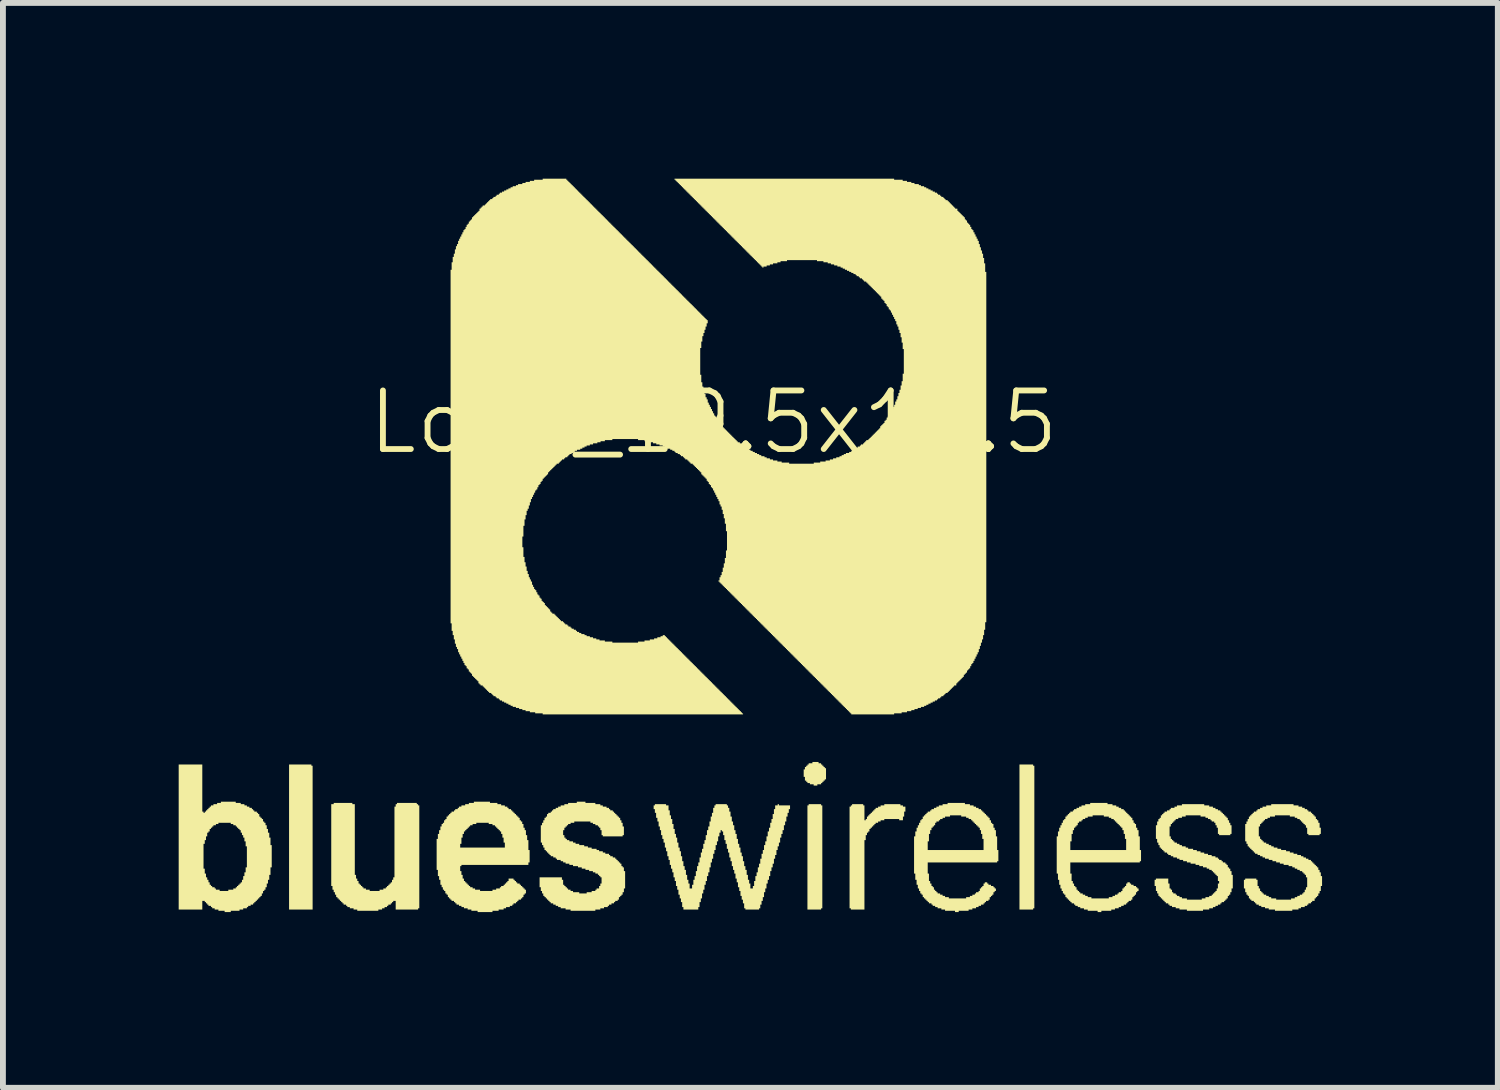
<source format=kicad_pcb>
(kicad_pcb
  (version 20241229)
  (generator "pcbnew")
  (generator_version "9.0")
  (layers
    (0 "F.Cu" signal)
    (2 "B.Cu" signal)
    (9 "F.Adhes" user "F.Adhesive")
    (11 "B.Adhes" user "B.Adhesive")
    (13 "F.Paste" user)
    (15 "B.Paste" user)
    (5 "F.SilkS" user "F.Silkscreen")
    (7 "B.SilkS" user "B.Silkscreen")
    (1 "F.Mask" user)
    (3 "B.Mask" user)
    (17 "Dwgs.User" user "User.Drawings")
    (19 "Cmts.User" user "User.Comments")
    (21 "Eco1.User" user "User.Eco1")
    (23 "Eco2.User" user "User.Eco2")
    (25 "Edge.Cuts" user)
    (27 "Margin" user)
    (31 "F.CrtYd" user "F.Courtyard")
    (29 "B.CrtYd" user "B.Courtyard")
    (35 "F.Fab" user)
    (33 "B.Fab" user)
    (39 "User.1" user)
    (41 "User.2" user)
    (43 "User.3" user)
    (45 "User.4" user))
  (footprint "Logo_19.5x12.5"
    (layer "F.Cu")
    (at 9.129 4.657)
    (property "Reference" "Logo_19.5x12.5" (at 0 -0.5 0) (unlocked yes) (layer "F.SilkS") (effects (font (size 1 1) (thickness 0.1))))
    (fp_poly (pts (xy -6.864 5.363) (xy -6.843 5.363) (xy -6.843 7.818) (xy -7.245 7.818) (xy -7.245 5.342) (xy -6.864 5.342)) (stroke (width 0) (type solid)) (fill yes) (layer "F.SilkS"))
    (fp_poly (pts (xy 5.455 5.363) (xy 5.476 5.363) (xy 5.476 6.463) (xy 5.476 6.485) (xy 5.476 7.797) (xy 5.455 7.797) (xy 5.455 7.818) (xy 5.222 7.818) (xy 5.222 5.342) (xy 5.455 5.342)) (stroke (width 0) (type solid)) (fill yes) (layer "F.SilkS"))
    (fp_poly (pts (xy 1.836 6.04) (xy 1.857 6.04) (xy 1.857 7.056) (xy 1.857 7.077) (xy 1.857 7.797) (xy 1.836 7.797) (xy 1.836 7.818) (xy 1.603 7.818) (xy 1.603 6.04) (xy 1.624 6.04) (xy 1.624 6.019) (xy 1.836 6.019)) (stroke (width 0) (type solid)) (fill yes) (layer "F.SilkS"))
    (fp_poly (pts (xy 1.793 5.321) (xy 1.836 5.321) (xy 1.836 5.342) (xy 1.857 5.342) (xy 1.857 5.363) (xy 1.878 5.363) (xy 1.878 5.384) (xy 1.899 5.384) (xy 1.899 5.405) (xy 1.92 5.405) (xy 1.92 5.596) (xy 1.899 5.596) (xy 1.899 5.617) (xy 1.878 5.617) (xy 1.878 5.638) (xy 1.857 5.638) (xy 1.857 5.659) (xy 1.836 5.659) (xy 1.836 5.68) (xy 1.772 5.68) (xy 1.772 5.702) (xy 1.709 5.702) (xy 1.709 5.68) (xy 1.645 5.68) (xy 1.645 5.659) (xy 1.603 5.659) (xy 1.603 5.638) (xy 1.582 5.638) (xy 1.582 5.617) (xy 1.56 5.617) (xy 1.56 5.553) (xy 1.539 5.553) (xy 1.539 5.426) (xy 1.56 5.426) (xy 1.56 5.384) (xy 1.582 5.384) (xy 1.582 5.363) (xy 1.603 5.363) (xy 1.603 5.342) (xy 1.624 5.342) (xy 1.624 5.321) (xy 1.688 5.321) (xy 1.688 5.299) (xy 1.793 5.299)) (stroke (width 0) (type solid)) (fill yes) (layer "F.SilkS"))
    (fp_poly (pts (xy 3.19 6.04) (xy 3.233 6.04) (xy 3.233 6.061) (xy 3.275 6.061) (xy 3.275 6.146) (xy 3.254 6.146) (xy 3.254 6.231) (xy 3.233 6.231) (xy 3.233 6.294) (xy 3.169 6.294) (xy 3.169 6.273) (xy 2.915 6.273) (xy 2.915 6.294) (xy 2.852 6.294) (xy 2.852 6.315) (xy 2.809 6.315) (xy 2.809 6.337) (xy 2.767 6.337) (xy 2.767 6.358) (xy 2.746 6.358) (xy 2.746 6.379) (xy 2.725 6.379) (xy 2.725 6.4) (xy 2.704 6.4) (xy 2.704 6.421) (xy 2.682 6.421) (xy 2.682 6.442) (xy 2.661 6.442) (xy 2.661 6.485) (xy 2.64 6.485) (xy 2.64 6.506) (xy 2.619 6.506) (xy 2.619 6.548) (xy 2.598 6.548) (xy 2.598 6.633) (xy 2.576 6.633) (xy 2.576 7.818) (xy 2.344 7.818) (xy 2.344 7.797) (xy 2.322 7.797) (xy 2.322 6.781) (xy 2.322 6.76) (xy 2.322 6.061) (xy 2.344 6.061) (xy 2.344 6.04) (xy 2.365 6.04) (xy 2.365 6.019) (xy 2.555 6.019) (xy 2.555 6.04) (xy 2.576 6.04) (xy 2.576 6.294) (xy 2.598 6.294) (xy 2.598 6.273) (xy 2.619 6.273) (xy 2.619 6.231) (xy 2.64 6.231) (xy 2.64 6.21) (xy 2.661 6.21) (xy 2.661 6.188) (xy 2.682 6.188) (xy 2.682 6.167) (xy 2.704 6.167) (xy 2.704 6.146) (xy 2.725 6.146) (xy 2.725 6.125) (xy 2.746 6.125) (xy 2.746 6.104) (xy 2.767 6.104) (xy 2.767 6.082) (xy 2.809 6.082) (xy 2.809 6.061) (xy 2.852 6.061) (xy 2.852 6.04) (xy 2.915 6.04) (xy 2.915 6.019) (xy 3.19 6.019)) (stroke (width 0) (type solid)) (fill yes) (layer "F.SilkS"))
    (fp_poly (pts (xy -5.065 6.019) (xy -5.043 6.019) (xy -5.043 6.04) (xy -5.022 6.04) (xy -5.022 7.797) (xy -5.043 7.797) (xy -5.043 7.818) (xy -5.425 7.818) (xy -5.425 7.67) (xy -5.467 7.67) (xy -5.467 7.691) (xy -5.488 7.691) (xy -5.488 7.712) (xy -5.509 7.712) (xy -5.509 7.734) (xy -5.551 7.734) (xy -5.551 7.755) (xy -5.573 7.755) (xy -5.573 7.776) (xy -5.615 7.776) (xy -5.615 7.797) (xy -5.657 7.797) (xy -5.657 7.818) (xy -5.721 7.818) (xy -5.721 7.839) (xy -6.081 7.839) (xy -6.081 7.818) (xy -6.144 7.818) (xy -6.144 7.797) (xy -6.208 7.797) (xy -6.208 7.776) (xy -6.25 7.776) (xy -6.25 7.755) (xy -6.271 7.755) (xy -6.271 7.734) (xy -6.314 7.734) (xy -6.314 7.712) (xy -6.335 7.712) (xy -6.335 7.691) (xy -6.356 7.691) (xy -6.356 7.67) (xy -6.377 7.67) (xy -6.377 7.649) (xy -6.398 7.649) (xy -6.398 7.628) (xy -6.419 7.628) (xy -6.419 7.606) (xy -6.441 7.606) (xy -6.441 7.564) (xy -6.462 7.564) (xy -6.462 7.522) (xy -6.483 7.522) (xy -6.483 7.479) (xy -6.504 7.479) (xy -6.504 7.416) (xy -6.525 7.416) (xy -6.525 7.035) (xy -6.525 7.014) (xy -6.525 6.019) (xy -6.483 6.019) (xy -6.483 5.998) (xy -6.165 5.998) (xy -6.165 6.019) (xy -6.123 6.019) (xy -6.123 7.226) (xy -6.102 7.226) (xy -6.102 7.289) (xy -6.081 7.289) (xy -6.081 7.331) (xy -6.059 7.331) (xy -6.059 7.374) (xy -6.038 7.374) (xy -6.038 7.395) (xy -6.017 7.395) (xy -6.017 7.416) (xy -5.996 7.416) (xy -5.996 7.437) (xy -5.975 7.437) (xy -5.975 7.458) (xy -5.933 7.458) (xy -5.933 7.479) (xy -5.869 7.479) (xy -5.869 7.501) (xy -5.7 7.501) (xy -5.7 7.479) (xy -5.636 7.479) (xy -5.636 7.458) (xy -5.594 7.458) (xy -5.594 7.437) (xy -5.573 7.437) (xy -5.573 7.416) (xy -5.551 7.416) (xy -5.551 7.395) (xy -5.53 7.395) (xy -5.53 7.374) (xy -5.509 7.374) (xy -5.509 7.353) (xy -5.488 7.353) (xy -5.488 7.31) (xy -5.467 7.31) (xy -5.467 7.268) (xy -5.446 7.268) (xy -5.446 6.061) (xy -5.425 6.061) (xy -5.425 6.019) (xy -5.403 6.019) (xy -5.403 5.998) (xy -5.065 5.998)) (stroke (width 0) (type solid)) (fill yes) (layer "F.SilkS"))
    (fp_poly (pts (xy -8.726 6.146) (xy -8.705 6.146) (xy -8.705 6.167) (xy -8.684 6.167) (xy -8.684 6.146) (xy -8.663 6.146) (xy -8.663 6.125) (xy -8.642 6.125) (xy -8.642 6.104) (xy -8.621 6.104) (xy -8.621 6.082) (xy -8.6 6.082) (xy -8.6 6.061) (xy -8.578 6.061) (xy -8.578 6.04) (xy -8.536 6.04) (xy -8.536 6.019) (xy -8.473 6.019) (xy -8.473 5.998) (xy -8.409 5.998) (xy -8.409 5.977) (xy -8.155 5.977) (xy -8.155 5.998) (xy -8.07 5.998) (xy -8.07 6.019) (xy -8.007 6.019) (xy -8.007 6.04) (xy -7.965 6.04) (xy -7.965 6.061) (xy -7.922 6.061) (xy -7.922 6.082) (xy -7.88 6.082) (xy -7.88 6.104) (xy -7.859 6.104) (xy -7.859 6.125) (xy -7.838 6.125) (xy -7.838 6.146) (xy -7.795 6.146) (xy -7.795 6.167) (xy -7.774 6.167) (xy -7.774 6.188) (xy -7.753 6.188) (xy -7.753 6.231) (xy -7.732 6.231) (xy -7.732 6.252) (xy -7.71 6.252) (xy -7.71 6.273) (xy -7.689 6.273) (xy -7.689 6.315) (xy -7.668 6.315) (xy -7.668 6.337) (xy -7.647 6.337) (xy -7.647 6.379) (xy -7.626 6.379) (xy -7.626 6.442) (xy -7.605 6.442) (xy -7.605 6.506) (xy -7.583 6.506) (xy -7.583 6.59) (xy -7.562 6.59) (xy -7.562 6.718) (xy -7.541 6.718) (xy -7.541 7.098) (xy -7.562 7.098) (xy -7.562 7.226) (xy -7.583 7.226) (xy -7.583 7.31) (xy -7.605 7.31) (xy -7.605 7.374) (xy -7.626 7.374) (xy -7.626 7.437) (xy -7.647 7.437) (xy -7.647 7.479) (xy -7.668 7.479) (xy -7.668 7.501) (xy -7.689 7.501) (xy -7.689 7.543) (xy -7.71 7.543) (xy -7.71 7.585) (xy -7.732 7.585) (xy -7.732 7.606) (xy -7.753 7.606) (xy -7.753 7.628) (xy -7.774 7.628) (xy -7.774 7.649) (xy -7.795 7.649) (xy -7.795 7.67) (xy -7.816 7.67) (xy -7.816 7.691) (xy -7.838 7.691) (xy -7.838 7.712) (xy -7.859 7.712) (xy -7.859 7.734) (xy -7.901 7.734) (xy -7.901 7.755) (xy -7.943 7.755) (xy -7.943 7.776) (xy -7.965 7.776) (xy -7.965 7.797) (xy -8.028 7.797) (xy -8.028 7.818) (xy -8.091 7.818) (xy -8.091 7.839) (xy -8.24 7.839) (xy -8.24 7.861) (xy -8.345 7.861) (xy -8.345 7.839) (xy -8.451 7.839) (xy -8.451 7.818) (xy -8.515 7.818) (xy -8.515 7.797) (xy -8.557 7.797) (xy -8.557 7.776) (xy -8.578 7.776) (xy -8.578 7.755) (xy -8.621 7.755) (xy -8.621 7.734) (xy -8.642 7.734) (xy -8.642 7.712) (xy -8.663 7.712) (xy -8.663 7.691) (xy -8.684 7.691) (xy -8.684 7.67) (xy -8.726 7.67) (xy -8.726 7.818) (xy -9.129 7.818) (xy -9.129 6.93) (xy -8.705 6.93) (xy -8.705 7.12) (xy -8.684 7.12) (xy -8.684 7.204) (xy -8.663 7.204) (xy -8.663 7.268) (xy -8.642 7.268) (xy -8.642 7.31) (xy -8.621 7.31) (xy -8.621 7.353) (xy -8.6 7.353) (xy -8.6 7.395) (xy -8.578 7.395) (xy -8.578 7.416) (xy -8.557 7.416) (xy -8.557 7.437) (xy -8.515 7.437) (xy -8.515 7.458) (xy -8.494 7.458) (xy -8.494 7.479) (xy -8.43 7.479) (xy -8.43 7.501) (xy -8.282 7.501) (xy -8.282 7.479) (xy -8.197 7.479) (xy -8.197 7.458) (xy -8.155 7.458) (xy -8.155 7.437) (xy -8.134 7.437) (xy -8.134 7.416) (xy -8.113 7.416) (xy -8.113 7.395) (xy -8.091 7.395) (xy -8.091 7.374) (xy -8.07 7.374) (xy -8.07 7.353) (xy -8.049 7.353) (xy -8.049 7.31) (xy -8.028 7.31) (xy -8.028 7.247) (xy -8.007 7.247) (xy -8.007 7.183) (xy -7.986 7.183) (xy -7.986 7.098) (xy -7.965 7.098) (xy -7.965 6.739) (xy -7.986 6.739) (xy -7.986 6.654) (xy -8.007 6.654) (xy -8.007 6.59) (xy -8.028 6.59) (xy -8.028 6.548) (xy -8.049 6.548) (xy -8.049 6.506) (xy -8.07 6.506) (xy -8.07 6.463) (xy -8.091 6.463) (xy -8.091 6.442) (xy -8.113 6.442) (xy -8.113 6.421) (xy -8.134 6.421) (xy -8.134 6.4) (xy -8.155 6.4) (xy -8.155 6.379) (xy -8.197 6.379) (xy -8.197 6.358) (xy -8.24 6.358) (xy -8.24 6.337) (xy -8.451 6.337) (xy -8.451 6.358) (xy -8.494 6.358) (xy -8.494 6.379) (xy -8.536 6.379) (xy -8.536 6.4) (xy -8.557 6.4) (xy -8.557 6.421) (xy -8.578 6.421) (xy -8.578 6.442) (xy -8.6 6.442) (xy -8.6 6.485) (xy -8.621 6.485) (xy -8.621 6.506) (xy -8.642 6.506) (xy -8.642 6.569) (xy -8.663 6.569) (xy -8.663 6.633) (xy -8.684 6.633) (xy -8.684 6.696) (xy -8.705 6.696) (xy -8.705 6.718) (xy -8.705 6.739) (xy -8.705 6.93) (xy -9.129 6.93) (xy -9.129 5.342) (xy -8.726 5.342)) (stroke (width 0) (type solid)) (fill yes) (layer "F.SilkS"))
    (fp_poly (pts (xy 4.291 6.019) (xy 4.376 6.019) (xy 4.376 6.04) (xy 4.439 6.04) (xy 4.439 6.061) (xy 4.481 6.061) (xy 4.481 6.082) (xy 4.524 6.082) (xy 4.524 6.104) (xy 4.566 6.104) (xy 4.566 6.125) (xy 4.587 6.125) (xy 4.587 6.146) (xy 4.609 6.146) (xy 4.609 6.167) (xy 4.63 6.167) (xy 4.63 6.188) (xy 4.651 6.188) (xy 4.651 6.21) (xy 4.672 6.21) (xy 4.672 6.231) (xy 4.693 6.231) (xy 4.693 6.252) (xy 4.714 6.252) (xy 4.714 6.294) (xy 4.736 6.294) (xy 4.736 6.337) (xy 4.757 6.337) (xy 4.757 6.358) (xy 4.778 6.358) (xy 4.778 6.421) (xy 4.799 6.421) (xy 4.799 6.463) (xy 4.82 6.463) (xy 4.82 6.569) (xy 4.841 6.569) (xy 4.841 6.802) (xy 4.862 6.802) (xy 4.862 6.993) (xy 4.841 6.993) (xy 4.841 7.014) (xy 3.656 7.014) (xy 3.656 7.204) (xy 3.677 7.204) (xy 3.677 7.331) (xy 3.698 7.331) (xy 3.698 7.374) (xy 3.72 7.374) (xy 3.72 7.416) (xy 3.741 7.416) (xy 3.741 7.437) (xy 3.762 7.437) (xy 3.762 7.479) (xy 3.783 7.479) (xy 3.783 7.501) (xy 3.804 7.501) (xy 3.804 7.522) (xy 3.825 7.522) (xy 3.825 7.543) (xy 3.868 7.543) (xy 3.868 7.564) (xy 3.91 7.564) (xy 3.91 7.585) (xy 3.952 7.585) (xy 3.952 7.606) (xy 4.016 7.606) (xy 4.016 7.628) (xy 4.312 7.628) (xy 4.312 7.606) (xy 4.376 7.606) (xy 4.376 7.585) (xy 4.418 7.585) (xy 4.418 7.564) (xy 4.46 7.564) (xy 4.46 7.543) (xy 4.481 7.543) (xy 4.481 7.522) (xy 4.524 7.522) (xy 4.524 7.501) (xy 4.545 7.501) (xy 4.545 7.458) (xy 4.566 7.458) (xy 4.566 7.437) (xy 4.587 7.437) (xy 4.587 7.416) (xy 4.609 7.416) (xy 4.609 7.374) (xy 4.63 7.374) (xy 4.63 7.353) (xy 4.672 7.353) (xy 4.672 7.374) (xy 4.693 7.374) (xy 4.693 7.395) (xy 4.736 7.395) (xy 4.736 7.416) (xy 4.778 7.416) (xy 4.778 7.437) (xy 4.799 7.437) (xy 4.799 7.458) (xy 4.82 7.458) (xy 4.82 7.501) (xy 4.799 7.501) (xy 4.799 7.522) (xy 4.778 7.522) (xy 4.778 7.564) (xy 4.757 7.564) (xy 4.757 7.585) (xy 4.736 7.585) (xy 4.736 7.606) (xy 4.714 7.606) (xy 4.714 7.649) (xy 4.693 7.649) (xy 4.693 7.67) (xy 4.651 7.67) (xy 4.651 7.691) (xy 4.63 7.691) (xy 4.63 7.712) (xy 4.609 7.712) (xy 4.609 7.734) (xy 4.566 7.734) (xy 4.566 7.755) (xy 4.524 7.755) (xy 4.524 7.776) (xy 4.481 7.776) (xy 4.481 7.797) (xy 4.418 7.797) (xy 4.418 7.818) (xy 4.354 7.818) (xy 4.354 7.839) (xy 4.185 7.839) (xy 4.185 7.861) (xy 4.122 7.861) (xy 4.122 7.839) (xy 3.952 7.839) (xy 3.952 7.818) (xy 3.889 7.818) (xy 3.889 7.797) (xy 3.825 7.797) (xy 3.825 7.776) (xy 3.783 7.776) (xy 3.783 7.755) (xy 3.741 7.755) (xy 3.741 7.734) (xy 3.72 7.734) (xy 3.72 7.712) (xy 3.677 7.712) (xy 3.677 7.691) (xy 3.656 7.691) (xy 3.656 7.67) (xy 3.635 7.67) (xy 3.635 7.649) (xy 3.614 7.649) (xy 3.614 7.628) (xy 3.592 7.628) (xy 3.592 7.606) (xy 3.571 7.606) (xy 3.571 7.564) (xy 3.55 7.564) (xy 3.55 7.543) (xy 3.529 7.543) (xy 3.529 7.501) (xy 3.508 7.501) (xy 3.508 7.458) (xy 3.487 7.458) (xy 3.487 7.395) (xy 3.466 7.395) (xy 3.466 7.31) (xy 3.444 7.31) (xy 3.444 7.204) (xy 3.423 7.204) (xy 3.423 6.802) (xy 3.656 6.802) (xy 4.609 6.802) (xy 4.609 6.612) (xy 4.587 6.612) (xy 4.587 6.527) (xy 4.566 6.527) (xy 4.566 6.463) (xy 4.545 6.463) (xy 4.545 6.421) (xy 4.524 6.421) (xy 4.524 6.4) (xy 4.503 6.4) (xy 4.503 6.379) (xy 4.481 6.379) (xy 4.481 6.358) (xy 4.46 6.358) (xy 4.46 6.337) (xy 4.439 6.337) (xy 4.439 6.315) (xy 4.418 6.315) (xy 4.418 6.294) (xy 4.397 6.294) (xy 4.397 6.273) (xy 4.354 6.273) (xy 4.354 6.252) (xy 4.312 6.252) (xy 4.312 6.231) (xy 4.228 6.231) (xy 4.228 6.21) (xy 4.037 6.21) (xy 4.037 6.231) (xy 3.952 6.231) (xy 3.952 6.252) (xy 3.91 6.252) (xy 3.91 6.273) (xy 3.868 6.273) (xy 3.868 6.294) (xy 3.846 6.294) (xy 3.846 6.315) (xy 3.804 6.315) (xy 3.804 6.337) (xy 3.783 6.337) (xy 3.783 6.379) (xy 3.762 6.379) (xy 3.762 6.4) (xy 3.741 6.4) (xy 3.741 6.421) (xy 3.72 6.421) (xy 3.72 6.463) (xy 3.698 6.463) (xy 3.698 6.527) (xy 3.677 6.527) (xy 3.677 6.654) (xy 3.656 6.654) (xy 3.656 6.802) (xy 3.423 6.802) (xy 3.423 6.569) (xy 3.444 6.569) (xy 3.444 6.485) (xy 3.466 6.485) (xy 3.466 6.421) (xy 3.487 6.421) (xy 3.487 6.379) (xy 3.508 6.379) (xy 3.508 6.337) (xy 3.529 6.337) (xy 3.529 6.294) (xy 3.55 6.294) (xy 3.55 6.273) (xy 3.571 6.273) (xy 3.571 6.231) (xy 3.592 6.231) (xy 3.592 6.21) (xy 3.614 6.21) (xy 3.614 6.188) (xy 3.635 6.188) (xy 3.635 6.167) (xy 3.656 6.167) (xy 3.656 6.146) (xy 3.698 6.146) (xy 3.698 6.125) (xy 3.72 6.125) (xy 3.72 6.104) (xy 3.762 6.104) (xy 3.762 6.082) (xy 3.804 6.082) (xy 3.804 6.061) (xy 3.846 6.061) (xy 3.846 6.04) (xy 3.91 6.04) (xy 3.91 6.019) (xy 3.995 6.019) (xy 3.995 5.998) (xy 4.291 5.998)) (stroke (width 0) (type solid)) (fill yes) (layer "F.SilkS"))
    (fp_poly (pts (xy 6.725 6.019) (xy 6.81 6.019) (xy 6.81 6.04) (xy 6.874 6.04) (xy 6.874 6.061) (xy 6.916 6.061) (xy 6.916 6.082) (xy 6.958 6.082) (xy 6.958 6.104) (xy 7.001 6.104) (xy 7.001 6.125) (xy 7.022 6.125) (xy 7.022 6.146) (xy 7.043 6.146) (xy 7.043 6.167) (xy 7.064 6.167) (xy 7.064 6.188) (xy 7.085 6.188) (xy 7.085 6.21) (xy 7.106 6.21) (xy 7.106 6.231) (xy 7.128 6.231) (xy 7.128 6.252) (xy 7.149 6.252) (xy 7.149 6.294) (xy 7.17 6.294) (xy 7.17 6.337) (xy 7.191 6.337) (xy 7.191 6.358) (xy 7.212 6.358) (xy 7.212 6.421) (xy 7.233 6.421) (xy 7.233 6.463) (xy 7.255 6.463) (xy 7.255 6.569) (xy 7.276 6.569) (xy 7.276 6.802) (xy 7.297 6.802) (xy 7.297 6.993) (xy 7.276 6.993) (xy 7.276 7.014) (xy 6.09 7.014) (xy 6.09 7.204) (xy 6.112 7.204) (xy 6.112 7.331) (xy 6.133 7.331) (xy 6.133 7.374) (xy 6.154 7.374) (xy 6.154 7.416) (xy 6.175 7.416) (xy 6.175 7.437) (xy 6.196 7.437) (xy 6.196 7.479) (xy 6.217 7.479) (xy 6.217 7.501) (xy 6.239 7.501) (xy 6.239 7.522) (xy 6.26 7.522) (xy 6.26 7.543) (xy 6.302 7.543) (xy 6.302 7.564) (xy 6.344 7.564) (xy 6.344 7.585) (xy 6.387 7.585) (xy 6.387 7.606) (xy 6.45 7.606) (xy 6.45 7.628) (xy 6.747 7.628) (xy 6.747 7.606) (xy 6.81 7.606) (xy 6.81 7.585) (xy 6.852 7.585) (xy 6.852 7.564) (xy 6.895 7.564) (xy 6.895 7.543) (xy 6.916 7.543) (xy 6.916 7.522) (xy 6.958 7.522) (xy 6.958 7.501) (xy 6.979 7.501) (xy 6.979 7.458) (xy 7.001 7.458) (xy 7.001 7.437) (xy 7.022 7.437) (xy 7.022 7.416) (xy 7.043 7.416) (xy 7.043 7.374) (xy 7.064 7.374) (xy 7.064 7.353) (xy 7.106 7.353) (xy 7.106 7.374) (xy 7.128 7.374) (xy 7.128 7.395) (xy 7.17 7.395) (xy 7.17 7.416) (xy 7.212 7.416) (xy 7.212 7.437) (xy 7.233 7.437) (xy 7.233 7.458) (xy 7.255 7.458) (xy 7.255 7.501) (xy 7.233 7.501) (xy 7.233 7.522) (xy 7.212 7.522) (xy 7.212 7.564) (xy 7.191 7.564) (xy 7.191 7.585) (xy 7.17 7.585) (xy 7.17 7.606) (xy 7.149 7.606) (xy 7.149 7.649) (xy 7.128 7.649) (xy 7.128 7.67) (xy 7.085 7.67) (xy 7.085 7.691) (xy 7.064 7.691) (xy 7.064 7.712) (xy 7.043 7.712) (xy 7.043 7.734) (xy 7.001 7.734) (xy 7.001 7.755) (xy 6.958 7.755) (xy 6.958 7.776) (xy 6.916 7.776) (xy 6.916 7.797) (xy 6.852 7.797) (xy 6.852 7.818) (xy 6.789 7.818) (xy 6.789 7.839) (xy 6.62 7.839) (xy 6.62 7.861) (xy 6.556 7.861) (xy 6.556 7.839) (xy 6.387 7.839) (xy 6.387 7.818) (xy 6.323 7.818) (xy 6.323 7.797) (xy 6.26 7.797) (xy 6.26 7.776) (xy 6.217 7.776) (xy 6.217 7.755) (xy 6.175 7.755) (xy 6.175 7.734) (xy 6.154 7.734) (xy 6.154 7.712) (xy 6.112 7.712) (xy 6.112 7.691) (xy 6.09 7.691) (xy 6.09 7.67) (xy 6.069 7.67) (xy 6.069 7.649) (xy 6.048 7.649) (xy 6.048 7.628) (xy 6.027 7.628) (xy 6.027 7.606) (xy 6.006 7.606) (xy 6.006 7.564) (xy 5.985 7.564) (xy 5.985 7.543) (xy 5.963 7.543) (xy 5.963 7.501) (xy 5.942 7.501) (xy 5.942 7.458) (xy 5.921 7.458) (xy 5.921 7.395) (xy 5.9 7.395) (xy 5.9 7.31) (xy 5.879 7.31) (xy 5.879 7.204) (xy 5.858 7.204) (xy 5.858 6.802) (xy 6.09 6.802) (xy 7.043 6.802) (xy 7.043 6.612) (xy 7.022 6.612) (xy 7.022 6.527) (xy 7.001 6.527) (xy 7.001 6.463) (xy 6.979 6.463) (xy 6.979 6.421) (xy 6.958 6.421) (xy 6.958 6.4) (xy 6.937 6.4) (xy 6.937 6.379) (xy 6.916 6.379) (xy 6.916 6.358) (xy 6.895 6.358) (xy 6.895 6.337) (xy 6.874 6.337) (xy 6.874 6.315) (xy 6.852 6.315) (xy 6.852 6.294) (xy 6.831 6.294) (xy 6.831 6.273) (xy 6.789 6.273) (xy 6.789 6.252) (xy 6.747 6.252) (xy 6.747 6.231) (xy 6.662 6.231) (xy 6.662 6.21) (xy 6.471 6.21) (xy 6.471 6.231) (xy 6.387 6.231) (xy 6.387 6.252) (xy 6.344 6.252) (xy 6.344 6.273) (xy 6.302 6.273) (xy 6.302 6.294) (xy 6.281 6.294) (xy 6.281 6.315) (xy 6.239 6.315) (xy 6.239 6.337) (xy 6.217 6.337) (xy 6.217 6.379) (xy 6.196 6.379) (xy 6.196 6.4) (xy 6.175 6.4) (xy 6.175 6.421) (xy 6.154 6.421) (xy 6.154 6.463) (xy 6.133 6.463) (xy 6.133 6.527) (xy 6.112 6.527) (xy 6.112 6.654) (xy 6.09 6.654) (xy 6.09 6.802) (xy 5.858 6.802) (xy 5.858 6.569) (xy 5.879 6.569) (xy 5.879 6.485) (xy 5.9 6.485) (xy 5.9 6.421) (xy 5.921 6.421) (xy 5.921 6.379) (xy 5.942 6.379) (xy 5.942 6.337) (xy 5.963 6.337) (xy 5.963 6.294) (xy 5.985 6.294) (xy 5.985 6.273) (xy 6.006 6.273) (xy 6.006 6.231) (xy 6.027 6.231) (xy 6.027 6.21) (xy 6.048 6.21) (xy 6.048 6.188) (xy 6.069 6.188) (xy 6.069 6.167) (xy 6.09 6.167) (xy 6.09 6.146) (xy 6.133 6.146) (xy 6.133 6.125) (xy 6.154 6.125) (xy 6.154 6.104) (xy 6.196 6.104) (xy 6.196 6.082) (xy 6.239 6.082) (xy 6.239 6.061) (xy 6.281 6.061) (xy 6.281 6.04) (xy 6.344 6.04) (xy 6.344 6.019) (xy 6.429 6.019) (xy 6.429 5.998) (xy 6.725 5.998)) (stroke (width 0) (type solid)) (fill yes) (layer "F.SilkS"))
    (fp_poly (pts (xy -3.816 5.998) (xy -3.689 5.998) (xy -3.689 6.019) (xy -3.625 6.019) (xy -3.625 6.04) (xy -3.562 6.04) (xy -3.562 6.061) (xy -3.519 6.061) (xy -3.519 6.082) (xy -3.498 6.082) (xy -3.498 6.104) (xy -3.456 6.104) (xy -3.456 6.125) (xy -3.435 6.125) (xy -3.435 6.146) (xy -3.414 6.146) (xy -3.414 6.167) (xy -3.393 6.167) (xy -3.393 6.188) (xy -3.371 6.188) (xy -3.371 6.21) (xy -3.35 6.21) (xy -3.35 6.231) (xy -3.329 6.231) (xy -3.329 6.252) (xy -3.308 6.252) (xy -3.308 6.294) (xy -3.287 6.294) (xy -3.287 6.315) (xy -3.265 6.315) (xy -3.265 6.358) (xy -3.244 6.358) (xy -3.244 6.421) (xy -3.223 6.421) (xy -3.223 6.463) (xy -3.202 6.463) (xy -3.202 6.548) (xy -3.181 6.548) (xy -3.181 6.633) (xy -3.16 6.633) (xy -3.16 6.802) (xy -3.139 6.802) (xy -3.139 7.014) (xy -3.16 7.014) (xy -3.16 7.056) (xy -4.303 7.056) (xy -4.303 7.077) (xy -4.324 7.077) (xy -4.324 7.162) (xy -4.303 7.162) (xy -4.303 7.226) (xy -4.282 7.226) (xy -4.282 7.289) (xy -4.26 7.289) (xy -4.26 7.331) (xy -4.239 7.331) (xy -4.239 7.353) (xy -4.218 7.353) (xy -4.218 7.374) (xy -4.197 7.374) (xy -4.197 7.395) (xy -4.176 7.395) (xy -4.176 7.416) (xy -4.154 7.416) (xy -4.154 7.437) (xy -4.112 7.437) (xy -4.112 7.458) (xy -4.07 7.458) (xy -4.07 7.479) (xy -3.985 7.479) (xy -3.985 7.501) (xy -3.773 7.501) (xy -3.773 7.479) (xy -3.71 7.479) (xy -3.71 7.458) (xy -3.647 7.458) (xy -3.647 7.437) (xy -3.625 7.437) (xy -3.625 7.416) (xy -3.583 7.416) (xy -3.583 7.395) (xy -3.562 7.395) (xy -3.562 7.374) (xy -3.541 7.374) (xy -3.541 7.353) (xy -3.519 7.353) (xy -3.519 7.331) (xy -3.498 7.331) (xy -3.498 7.289) (xy -3.414 7.289) (xy -3.414 7.31) (xy -3.393 7.31) (xy -3.393 7.331) (xy -3.371 7.331) (xy -3.371 7.353) (xy -3.35 7.353) (xy -3.35 7.374) (xy -3.308 7.374) (xy -3.308 7.395) (xy -3.287 7.395) (xy -3.287 7.416) (xy -3.265 7.416) (xy -3.265 7.437) (xy -3.244 7.437) (xy -3.244 7.458) (xy -3.223 7.458) (xy -3.223 7.479) (xy -3.202 7.479) (xy -3.202 7.543) (xy -3.223 7.543) (xy -3.223 7.564) (xy -3.244 7.564) (xy -3.244 7.606) (xy -3.265 7.606) (xy -3.265 7.628) (xy -3.287 7.628) (xy -3.287 7.649) (xy -3.329 7.649) (xy -3.329 7.67) (xy -3.35 7.67) (xy -3.35 7.691) (xy -3.371 7.691) (xy -3.371 7.712) (xy -3.414 7.712) (xy -3.414 7.734) (xy -3.435 7.734) (xy -3.435 7.755) (xy -3.477 7.755) (xy -3.477 7.776) (xy -3.541 7.776) (xy -3.541 7.797) (xy -3.583 7.797) (xy -3.583 7.818) (xy -3.668 7.818) (xy -3.668 7.839) (xy -3.773 7.839) (xy -3.773 7.861) (xy -4.027 7.861) (xy -4.027 7.839) (xy -4.133 7.839) (xy -4.133 7.818) (xy -4.197 7.818) (xy -4.197 7.797) (xy -4.26 7.797) (xy -4.26 7.776) (xy -4.303 7.776) (xy -4.303 7.755) (xy -4.345 7.755) (xy -4.345 7.734) (xy -4.387 7.734) (xy -4.387 7.712) (xy -4.409 7.712) (xy -4.409 7.691) (xy -4.43 7.691) (xy -4.43 7.67) (xy -4.472 7.67) (xy -4.472 7.649) (xy -4.493 7.649) (xy -4.493 7.628) (xy -4.514 7.628) (xy -4.514 7.606) (xy -4.535 7.606) (xy -4.535 7.564) (xy -4.557 7.564) (xy -4.557 7.543) (xy -4.578 7.543) (xy -4.578 7.501) (xy -4.599 7.501) (xy -4.599 7.479) (xy -4.62 7.479) (xy -4.62 7.437) (xy -4.641 7.437) (xy -4.641 7.395) (xy -4.662 7.395) (xy -4.662 7.31) (xy -4.684 7.31) (xy -4.684 7.247) (xy -4.705 7.247) (xy -4.705 7.141) (xy -4.726 7.141) (xy -4.726 6.929) (xy -4.726 6.908) (xy -4.726 6.76) (xy -4.324 6.76) (xy -3.562 6.76) (xy -3.562 6.675) (xy -3.583 6.675) (xy -3.583 6.59) (xy -3.604 6.59) (xy -3.604 6.527) (xy -3.625 6.527) (xy -3.625 6.485) (xy -3.647 6.485) (xy -3.647 6.463) (xy -3.668 6.463) (xy -3.668 6.442) (xy -3.689 6.442) (xy -3.689 6.421) (xy -3.71 6.421) (xy -3.71 6.4) (xy -3.731 6.4) (xy -3.731 6.379) (xy -3.773 6.379) (xy -3.773 6.358) (xy -3.837 6.358) (xy -3.837 6.337) (xy -4.049 6.337) (xy -4.049 6.358) (xy -4.112 6.358) (xy -4.112 6.379) (xy -4.154 6.379) (xy -4.154 6.4) (xy -4.176 6.4) (xy -4.176 6.421) (xy -4.197 6.421) (xy -4.197 6.442) (xy -4.218 6.442) (xy -4.218 6.463) (xy -4.239 6.463) (xy -4.239 6.485) (xy -4.26 6.485) (xy -4.26 6.527) (xy -4.282 6.527) (xy -4.282 6.59) (xy -4.303 6.59) (xy -4.303 6.696) (xy -4.324 6.696) (xy -4.324 6.76) (xy -4.726 6.76) (xy -4.726 6.612) (xy -4.705 6.612) (xy -4.705 6.527) (xy -4.684 6.527) (xy -4.684 6.463) (xy -4.662 6.463) (xy -4.662 6.4) (xy -4.641 6.4) (xy -4.641 6.358) (xy -4.62 6.358) (xy -4.62 6.337) (xy -4.599 6.337) (xy -4.599 6.294) (xy -4.578 6.294) (xy -4.578 6.273) (xy -4.557 6.273) (xy -4.557 6.231) (xy -4.535 6.231) (xy -4.535 6.21) (xy -4.514 6.21) (xy -4.514 6.188) (xy -4.493 6.188) (xy -4.493 6.167) (xy -4.472 6.167) (xy -4.472 6.146) (xy -4.43 6.146) (xy -4.43 6.125) (xy -4.409 6.125) (xy -4.409 6.104) (xy -4.366 6.104) (xy -4.366 6.082) (xy -4.345 6.082) (xy -4.345 6.061) (xy -4.303 6.061) (xy -4.303 6.04) (xy -4.239 6.04) (xy -4.239 6.019) (xy -4.176 6.019) (xy -4.176 5.998) (xy -4.091 5.998) (xy -4.091 5.977) (xy -3.816 5.977)) (stroke (width 0) (type solid)) (fill yes) (layer "F.SilkS"))
    (fp_poly (pts (xy -2.186 5.998) (xy -2.017 5.998) (xy -2.017 6.019) (xy -1.932 6.019) (xy -1.932 6.04) (xy -1.89 6.04) (xy -1.89 6.061) (xy -1.826 6.061) (xy -1.826 6.082) (xy -1.784 6.082) (xy -1.784 6.104) (xy -1.763 6.104) (xy -1.763 6.125) (xy -1.72 6.125) (xy -1.72 6.146) (xy -1.699 6.146) (xy -1.699 6.167) (xy -1.678 6.167) (xy -1.678 6.188) (xy -1.657 6.188) (xy -1.657 6.21) (xy -1.636 6.21) (xy -1.636 6.231) (xy -1.615 6.231) (xy -1.615 6.252) (xy -1.593 6.252) (xy -1.593 6.294) (xy -1.572 6.294) (xy -1.572 6.337) (xy -1.551 6.337) (xy -1.551 6.4) (xy -1.53 6.4) (xy -1.53 6.548) (xy -1.551 6.548) (xy -1.551 6.569) (xy -1.89 6.569) (xy -1.89 6.548) (xy -1.911 6.548) (xy -1.911 6.463) (xy -1.932 6.463) (xy -1.932 6.421) (xy -1.953 6.421) (xy -1.953 6.4) (xy -1.974 6.4) (xy -1.974 6.379) (xy -2.017 6.379) (xy -2.017 6.358) (xy -2.059 6.358) (xy -2.059 6.337) (xy -2.101 6.337) (xy -2.101 6.315) (xy -2.377 6.315) (xy -2.377 6.337) (xy -2.44 6.337) (xy -2.44 6.358) (xy -2.482 6.358) (xy -2.482 6.379) (xy -2.503 6.379) (xy -2.503 6.4) (xy -2.525 6.4) (xy -2.525 6.421) (xy -2.546 6.421) (xy -2.546 6.463) (xy -2.567 6.463) (xy -2.567 6.548) (xy -2.546 6.548) (xy -2.546 6.59) (xy -2.525 6.59) (xy -2.525 6.612) (xy -2.503 6.612) (xy -2.503 6.633) (xy -2.461 6.633) (xy -2.461 6.654) (xy -2.398 6.654) (xy -2.398 6.675) (xy -2.355 6.675) (xy -2.355 6.696) (xy -2.292 6.696) (xy -2.292 6.718) (xy -2.207 6.718) (xy -2.207 6.739) (xy -2.144 6.739) (xy -2.144 6.76) (xy -2.08 6.76) (xy -2.08 6.781) (xy -1.996 6.781) (xy -1.996 6.802) (xy -1.953 6.802) (xy -1.953 6.823) (xy -1.89 6.823) (xy -1.89 6.845) (xy -1.847 6.845) (xy -1.847 6.866) (xy -1.784 6.866) (xy -1.784 6.887) (xy -1.763 6.887) (xy -1.763 6.908) (xy -1.72 6.908) (xy -1.72 6.929) (xy -1.678 6.929) (xy -1.678 6.95) (xy -1.657 6.95) (xy -1.657 6.971) (xy -1.636 6.971) (xy -1.636 6.993) (xy -1.615 6.993) (xy -1.615 7.014) (xy -1.593 7.014) (xy -1.593 7.035) (xy -1.572 7.035) (xy -1.572 7.077) (xy -1.551 7.077) (xy -1.551 7.098) (xy -1.53 7.098) (xy -1.53 7.162) (xy -1.509 7.162) (xy -1.509 7.458) (xy -1.53 7.458) (xy -1.53 7.522) (xy -1.551 7.522) (xy -1.551 7.564) (xy -1.572 7.564) (xy -1.572 7.585) (xy -1.593 7.585) (xy -1.593 7.606) (xy -1.615 7.606) (xy -1.615 7.649) (xy -1.636 7.649) (xy -1.636 7.67) (xy -1.678 7.67) (xy -1.678 7.691) (xy -1.699 7.691) (xy -1.699 7.712) (xy -1.742 7.712) (xy -1.742 7.734) (xy -1.784 7.734) (xy -1.784 7.755) (xy -1.805 7.755) (xy -1.805 7.776) (xy -1.869 7.776) (xy -1.869 7.797) (xy -1.932 7.797) (xy -1.932 7.818) (xy -2.017 7.818) (xy -2.017 7.839) (xy -2.44 7.839) (xy -2.44 7.818) (xy -2.525 7.818) (xy -2.525 7.797) (xy -2.609 7.797) (xy -2.609 7.776) (xy -2.652 7.776) (xy -2.652 7.755) (xy -2.694 7.755) (xy -2.694 7.734) (xy -2.736 7.734) (xy -2.736 7.712) (xy -2.779 7.712) (xy -2.779 7.691) (xy -2.8 7.691) (xy -2.8 7.67) (xy -2.821 7.67) (xy -2.821 7.649) (xy -2.842 7.649) (xy -2.842 7.628) (xy -2.863 7.628) (xy -2.863 7.606) (xy -2.885 7.606) (xy -2.885 7.585) (xy -2.906 7.585) (xy -2.906 7.543) (xy -2.927 7.543) (xy -2.927 7.501) (xy -2.948 7.501) (xy -2.948 7.437) (xy -2.969 7.437) (xy -2.969 7.268) (xy -2.588 7.268) (xy -2.588 7.31) (xy -2.567 7.31) (xy -2.567 7.395) (xy -2.546 7.395) (xy -2.546 7.416) (xy -2.525 7.416) (xy -2.525 7.437) (xy -2.503 7.437) (xy -2.503 7.458) (xy -2.482 7.458) (xy -2.482 7.479) (xy -2.44 7.479) (xy -2.44 7.501) (xy -2.398 7.501) (xy -2.398 7.522) (xy -2.292 7.522) (xy -2.292 7.543) (xy -2.165 7.543) (xy -2.165 7.522) (xy -2.08 7.522) (xy -2.08 7.501) (xy -2.017 7.501) (xy -2.017 7.479) (xy -1.996 7.479) (xy -1.996 7.458) (xy -1.953 7.458) (xy -1.953 7.416) (xy -1.932 7.416) (xy -1.932 7.374) (xy -1.911 7.374) (xy -1.911 7.268) (xy -1.932 7.268) (xy -1.932 7.247) (xy -1.953 7.247) (xy -1.953 7.226) (xy -1.974 7.226) (xy -1.974 7.204) (xy -2.017 7.204) (xy -2.017 7.183) (xy -2.059 7.183) (xy -2.059 7.162) (xy -2.123 7.162) (xy -2.123 7.141) (xy -2.186 7.141) (xy -2.186 7.12) (xy -2.249 7.12) (xy -2.249 7.098) (xy -2.313 7.098) (xy -2.313 7.077) (xy -2.398 7.077) (xy -2.398 7.056) (xy -2.461 7.056) (xy -2.461 7.035) (xy -2.525 7.035) (xy -2.525 7.014) (xy -2.567 7.014) (xy -2.567 6.993) (xy -2.609 6.993) (xy -2.609 6.971) (xy -2.673 6.971) (xy -2.673 6.95) (xy -2.694 6.95) (xy -2.694 6.929) (xy -2.736 6.929) (xy -2.736 6.908) (xy -2.779 6.908) (xy -2.779 6.887) (xy -2.8 6.887) (xy -2.8 6.866) (xy -2.821 6.866) (xy -2.821 6.845) (xy -2.842 6.845) (xy -2.842 6.823) (xy -2.863 6.823) (xy -2.863 6.802) (xy -2.885 6.802) (xy -2.885 6.76) (xy -2.906 6.76) (xy -2.906 6.718) (xy -2.927 6.718) (xy -2.927 6.675) (xy -2.948 6.675) (xy -2.948 6.379) (xy -2.927 6.379) (xy -2.927 6.337) (xy -2.906 6.337) (xy -2.906 6.294) (xy -2.885 6.294) (xy -2.885 6.252) (xy -2.863 6.252) (xy -2.863 6.231) (xy -2.842 6.231) (xy -2.842 6.188) (xy -2.821 6.188) (xy -2.821 6.167) (xy -2.779 6.167) (xy -2.779 6.146) (xy -2.757 6.146) (xy -2.757 6.125) (xy -2.736 6.125) (xy -2.736 6.104) (xy -2.694 6.104) (xy -2.694 6.082) (xy -2.652 6.082) (xy -2.652 6.061) (xy -2.609 6.061) (xy -2.609 6.04) (xy -2.546 6.04) (xy -2.546 6.019) (xy -2.482 6.019) (xy -2.482 5.998) (xy -2.334 5.998) (xy -2.334 5.977) (xy -2.186 5.977)) (stroke (width 0) (type solid)) (fill yes) (layer "F.SilkS"))
    (fp_poly (pts (xy 8.376 6.04) (xy 8.461 6.04) (xy 8.461 6.061) (xy 8.524 6.061) (xy 8.524 6.082) (xy 8.567 6.082) (xy 8.567 6.104) (xy 8.609 6.104) (xy 8.609 6.125) (xy 8.651 6.125) (xy 8.651 6.146) (xy 8.672 6.146) (xy 8.672 6.167) (xy 8.694 6.167) (xy 8.694 6.188) (xy 8.715 6.188) (xy 8.715 6.21) (xy 8.736 6.21) (xy 8.736 6.231) (xy 8.757 6.231) (xy 8.757 6.252) (xy 8.778 6.252) (xy 8.778 6.294) (xy 8.8 6.294) (xy 8.8 6.337) (xy 8.821 6.337) (xy 8.821 6.379) (xy 8.842 6.379) (xy 8.842 6.527) (xy 8.821 6.527) (xy 8.821 6.548) (xy 8.63 6.548) (xy 8.63 6.527) (xy 8.609 6.527) (xy 8.609 6.421) (xy 8.588 6.421) (xy 8.588 6.379) (xy 8.567 6.379) (xy 8.567 6.337) (xy 8.546 6.337) (xy 8.546 6.315) (xy 8.503 6.315) (xy 8.503 6.294) (xy 8.482 6.294) (xy 8.482 6.273) (xy 8.44 6.273) (xy 8.44 6.252) (xy 8.397 6.252) (xy 8.397 6.231) (xy 8.313 6.231) (xy 8.313 6.21) (xy 8.059 6.21) (xy 8.059 6.231) (xy 7.995 6.231) (xy 7.995 6.252) (xy 7.932 6.252) (xy 7.932 6.273) (xy 7.889 6.273) (xy 7.889 6.294) (xy 7.868 6.294) (xy 7.868 6.315) (xy 7.847 6.315) (xy 7.847 6.337) (xy 7.826 6.337) (xy 7.826 6.358) (xy 7.805 6.358) (xy 7.805 6.4) (xy 7.784 6.4) (xy 7.784 6.569) (xy 7.805 6.569) (xy 7.805 6.612) (xy 7.826 6.612) (xy 7.826 6.633) (xy 7.847 6.633) (xy 7.847 6.654) (xy 7.868 6.654) (xy 7.868 6.675) (xy 7.91 6.675) (xy 7.91 6.696) (xy 7.953 6.696) (xy 7.953 6.718) (xy 7.995 6.718) (xy 7.995 6.739) (xy 8.059 6.739) (xy 8.059 6.76) (xy 8.101 6.76) (xy 8.101 6.781) (xy 8.186 6.781) (xy 8.186 6.802) (xy 8.249 6.802) (xy 8.249 6.823) (xy 8.313 6.823) (xy 8.313 6.845) (xy 8.376 6.845) (xy 8.376 6.866) (xy 8.44 6.866) (xy 8.44 6.887) (xy 8.503 6.887) (xy 8.503 6.908) (xy 8.567 6.908) (xy 8.567 6.929) (xy 8.609 6.929) (xy 8.609 6.95) (xy 8.63 6.95) (xy 8.63 6.971) (xy 8.672 6.971) (xy 8.672 6.993) (xy 8.694 6.993) (xy 8.694 7.014) (xy 8.736 7.014) (xy 8.736 7.035) (xy 8.757 7.035) (xy 8.757 7.056) (xy 8.778 7.056) (xy 8.778 7.098) (xy 8.8 7.098) (xy 8.8 7.12) (xy 8.821 7.12) (xy 8.821 7.162) (xy 8.842 7.162) (xy 8.842 7.226) (xy 8.863 7.226) (xy 8.863 7.458) (xy 8.842 7.458) (xy 8.842 7.522) (xy 8.821 7.522) (xy 8.821 7.564) (xy 8.8 7.564) (xy 8.8 7.585) (xy 8.778 7.585) (xy 8.778 7.628) (xy 8.757 7.628) (xy 8.757 7.649) (xy 8.736 7.649) (xy 8.736 7.67) (xy 8.715 7.67) (xy 8.715 7.691) (xy 8.672 7.691) (xy 8.672 7.712) (xy 8.651 7.712) (xy 8.651 7.734) (xy 8.609 7.734) (xy 8.609 7.755) (xy 8.567 7.755) (xy 8.567 7.776) (xy 8.524 7.776) (xy 8.524 7.797) (xy 8.461 7.797) (xy 8.461 7.818) (xy 8.355 7.818) (xy 8.355 7.839) (xy 8.08 7.839) (xy 8.08 7.818) (xy 7.953 7.818) (xy 7.953 7.797) (xy 7.889 7.797) (xy 7.889 7.776) (xy 7.826 7.776) (xy 7.826 7.755) (xy 7.784 7.755) (xy 7.784 7.734) (xy 7.762 7.734) (xy 7.762 7.712) (xy 7.72 7.712) (xy 7.72 7.691) (xy 7.699 7.691) (xy 7.699 7.67) (xy 7.678 7.67) (xy 7.678 7.649) (xy 7.657 7.649) (xy 7.657 7.628) (xy 7.635 7.628) (xy 7.635 7.606) (xy 7.614 7.606) (xy 7.614 7.585) (xy 7.593 7.585) (xy 7.593 7.543) (xy 7.572 7.543) (xy 7.572 7.501) (xy 7.551 7.501) (xy 7.551 7.416) (xy 7.529 7.416) (xy 7.529 7.31) (xy 7.551 7.31) (xy 7.551 7.289) (xy 7.762 7.289) (xy 7.762 7.374) (xy 7.784 7.374) (xy 7.784 7.458) (xy 7.805 7.458) (xy 7.805 7.479) (xy 7.826 7.479) (xy 7.826 7.522) (xy 7.847 7.522) (xy 7.847 7.543) (xy 7.889 7.543) (xy 7.889 7.564) (xy 7.91 7.564) (xy 7.91 7.585) (xy 7.953 7.585) (xy 7.953 7.606) (xy 7.995 7.606) (xy 7.995 7.628) (xy 8.08 7.628) (xy 8.08 7.649) (xy 8.334 7.649) (xy 8.334 7.628) (xy 8.397 7.628) (xy 8.397 7.606) (xy 8.461 7.606) (xy 8.461 7.585) (xy 8.503 7.585) (xy 8.503 7.564) (xy 8.524 7.564) (xy 8.524 7.543) (xy 8.546 7.543) (xy 8.546 7.522) (xy 8.567 7.522) (xy 8.567 7.501) (xy 8.588 7.501) (xy 8.588 7.458) (xy 8.609 7.458) (xy 8.609 7.374) (xy 8.63 7.374) (xy 8.63 7.331) (xy 8.609 7.331) (xy 8.609 7.247) (xy 8.588 7.247) (xy 8.588 7.226) (xy 8.567 7.226) (xy 8.567 7.204) (xy 8.546 7.204) (xy 8.546 7.183) (xy 8.524 7.183) (xy 8.524 7.162) (xy 8.503 7.162) (xy 8.503 7.141) (xy 8.461 7.141) (xy 8.461 7.12) (xy 8.418 7.12) (xy 8.418 7.098) (xy 8.355 7.098) (xy 8.355 7.077) (xy 8.291 7.077) (xy 8.291 7.056) (xy 8.228 7.056) (xy 8.228 7.035) (xy 8.143 7.035) (xy 8.143 7.014) (xy 8.08 7.014) (xy 8.08 6.993) (xy 8.016 6.993) (xy 8.016 6.971) (xy 7.953 6.971) (xy 7.953 6.95) (xy 7.91 6.95) (xy 7.91 6.929) (xy 7.847 6.929) (xy 7.847 6.908) (xy 7.805 6.908) (xy 7.805 6.887) (xy 7.762 6.887) (xy 7.762 6.866) (xy 7.741 6.866) (xy 7.741 6.845) (xy 7.699 6.845) (xy 7.699 6.823) (xy 7.678 6.823) (xy 7.678 6.802) (xy 7.657 6.802) (xy 7.657 6.781) (xy 7.635 6.781) (xy 7.635 6.76) (xy 7.614 6.76) (xy 7.614 6.718) (xy 7.593 6.718) (xy 7.593 6.675) (xy 7.572 6.675) (xy 7.572 6.612) (xy 7.551 6.612) (xy 7.551 6.379) (xy 7.572 6.379) (xy 7.572 6.315) (xy 7.593 6.315) (xy 7.593 6.273) (xy 7.614 6.273) (xy 7.614 6.252) (xy 7.635 6.252) (xy 7.635 6.21) (xy 7.657 6.21) (xy 7.657 6.188) (xy 7.678 6.188) (xy 7.678 6.167) (xy 7.699 6.167) (xy 7.699 6.146) (xy 7.741 6.146) (xy 7.741 6.125) (xy 7.784 6.125) (xy 7.784 6.104) (xy 7.805 6.104) (xy 7.805 6.082) (xy 7.868 6.082) (xy 7.868 6.061) (xy 7.91 6.061) (xy 7.91 6.04) (xy 7.995 6.04) (xy 7.995 6.019) (xy 8.376 6.019)) (stroke (width 0) (type solid)) (fill yes) (layer "F.SilkS"))
    (fp_poly (pts (xy 9.9 6.04) (xy 9.985 6.04) (xy 9.985 6.061) (xy 10.048 6.061) (xy 10.048 6.082) (xy 10.091 6.082) (xy 10.091 6.104) (xy 10.133 6.104) (xy 10.133 6.125) (xy 10.154 6.125) (xy 10.154 6.146) (xy 10.197 6.146) (xy 10.197 6.167) (xy 10.218 6.167) (xy 10.218 6.188) (xy 10.239 6.188) (xy 10.239 6.21) (xy 10.26 6.21) (xy 10.26 6.231) (xy 10.281 6.231) (xy 10.281 6.273) (xy 10.302 6.273) (xy 10.302 6.294) (xy 10.323 6.294) (xy 10.323 6.337) (xy 10.345 6.337) (xy 10.345 6.421) (xy 10.366 6.421) (xy 10.366 6.527) (xy 10.345 6.527) (xy 10.345 6.548) (xy 10.154 6.548) (xy 10.154 6.527) (xy 10.133 6.527) (xy 10.133 6.421) (xy 10.112 6.421) (xy 10.112 6.379) (xy 10.091 6.379) (xy 10.091 6.358) (xy 10.069 6.358) (xy 10.069 6.337) (xy 10.048 6.337) (xy 10.048 6.315) (xy 10.027 6.315) (xy 10.027 6.294) (xy 10.006 6.294) (xy 10.006 6.273) (xy 9.964 6.273) (xy 9.964 6.252) (xy 9.921 6.252) (xy 9.921 6.231) (xy 9.837 6.231) (xy 9.837 6.21) (xy 9.583 6.21) (xy 9.583 6.231) (xy 9.498 6.231) (xy 9.498 6.252) (xy 9.456 6.252) (xy 9.456 6.273) (xy 9.413 6.273) (xy 9.413 6.294) (xy 9.392 6.294) (xy 9.392 6.315) (xy 9.371 6.315) (xy 9.371 6.337) (xy 9.35 6.337) (xy 9.35 6.358) (xy 9.329 6.358) (xy 9.329 6.4) (xy 9.307 6.4) (xy 9.307 6.569) (xy 9.329 6.569) (xy 9.329 6.612) (xy 9.35 6.612) (xy 9.35 6.633) (xy 9.371 6.633) (xy 9.371 6.654) (xy 9.392 6.654) (xy 9.392 6.675) (xy 9.434 6.675) (xy 9.434 6.696) (xy 9.477 6.696) (xy 9.477 6.718) (xy 9.519 6.718) (xy 9.519 6.739) (xy 9.562 6.739) (xy 9.562 6.76) (xy 9.625 6.76) (xy 9.625 6.781) (xy 9.688 6.781) (xy 9.688 6.802) (xy 9.773 6.802) (xy 9.773 6.823) (xy 9.837 6.823) (xy 9.837 6.845) (xy 9.9 6.845) (xy 9.9 6.866) (xy 9.964 6.866) (xy 9.964 6.887) (xy 10.027 6.887) (xy 10.027 6.908) (xy 10.069 6.908) (xy 10.069 6.929) (xy 10.112 6.929) (xy 10.112 6.95) (xy 10.154 6.95) (xy 10.154 6.971) (xy 10.197 6.971) (xy 10.197 6.993) (xy 10.218 6.993) (xy 10.218 7.014) (xy 10.239 7.014) (xy 10.239 7.035) (xy 10.26 7.035) (xy 10.26 7.056) (xy 10.281 7.056) (xy 10.281 7.077) (xy 10.302 7.077) (xy 10.302 7.098) (xy 10.323 7.098) (xy 10.323 7.141) (xy 10.345 7.141) (xy 10.345 7.183) (xy 10.366 7.183) (xy 10.366 7.247) (xy 10.387 7.247) (xy 10.387 7.416) (xy 10.366 7.416) (xy 10.366 7.501) (xy 10.345 7.501) (xy 10.345 7.543) (xy 10.323 7.543) (xy 10.323 7.585) (xy 10.302 7.585) (xy 10.302 7.606) (xy 10.281 7.606) (xy 10.281 7.628) (xy 10.26 7.628) (xy 10.26 7.67) (xy 10.218 7.67) (xy 10.218 7.691) (xy 10.197 7.691) (xy 10.197 7.712) (xy 10.154 7.712) (xy 10.154 7.734) (xy 10.133 7.734) (xy 10.133 7.755) (xy 10.091 7.755) (xy 10.091 7.776) (xy 10.027 7.776) (xy 10.027 7.797) (xy 9.985 7.797) (xy 9.985 7.818) (xy 9.879 7.818) (xy 9.879 7.839) (xy 9.583 7.839) (xy 9.583 7.818) (xy 9.477 7.818) (xy 9.477 7.797) (xy 9.413 7.797) (xy 9.413 7.776) (xy 9.35 7.776) (xy 9.35 7.755) (xy 9.307 7.755) (xy 9.307 7.734) (xy 9.265 7.734) (xy 9.265 7.712) (xy 9.244 7.712) (xy 9.244 7.691) (xy 9.223 7.691) (xy 9.223 7.67) (xy 9.181 7.67) (xy 9.181 7.649) (xy 9.159 7.649) (xy 9.159 7.628) (xy 9.138 7.628) (xy 9.138 7.585) (xy 9.117 7.585) (xy 9.117 7.564) (xy 9.096 7.564) (xy 9.096 7.522) (xy 9.075 7.522) (xy 9.075 7.458) (xy 9.053 7.458) (xy 9.053 7.31) (xy 9.075 7.31) (xy 9.075 7.289) (xy 9.265 7.289) (xy 9.265 7.31) (xy 9.286 7.31) (xy 9.286 7.416) (xy 9.307 7.416) (xy 9.307 7.458) (xy 9.329 7.458) (xy 9.329 7.501) (xy 9.35 7.501) (xy 9.35 7.522) (xy 9.371 7.522) (xy 9.371 7.543) (xy 9.392 7.543) (xy 9.392 7.564) (xy 9.434 7.564) (xy 9.434 7.585) (xy 9.477 7.585) (xy 9.477 7.606) (xy 9.519 7.606) (xy 9.519 7.628) (xy 9.604 7.628) (xy 9.604 7.649) (xy 9.858 7.649) (xy 9.858 7.628) (xy 9.921 7.628) (xy 9.921 7.606) (xy 9.964 7.606) (xy 9.964 7.585) (xy 10.006 7.585) (xy 10.006 7.564) (xy 10.048 7.564) (xy 10.048 7.543) (xy 10.069 7.543) (xy 10.069 7.522) (xy 10.091 7.522) (xy 10.091 7.479) (xy 10.112 7.479) (xy 10.112 7.437) (xy 10.133 7.437) (xy 10.133 7.268) (xy 10.112 7.268) (xy 10.112 7.226) (xy 10.091 7.226) (xy 10.091 7.204) (xy 10.069 7.204) (xy 10.069 7.183) (xy 10.048 7.183) (xy 10.048 7.162) (xy 10.006 7.162) (xy 10.006 7.141) (xy 9.964 7.141) (xy 9.964 7.12) (xy 9.921 7.12) (xy 9.921 7.098) (xy 9.879 7.098) (xy 9.879 7.077) (xy 9.816 7.077) (xy 9.816 7.056) (xy 9.731 7.056) (xy 9.731 7.035) (xy 9.667 7.035) (xy 9.667 7.014) (xy 9.604 7.014) (xy 9.604 6.993) (xy 9.54 6.993) (xy 9.54 6.971) (xy 9.477 6.971) (xy 9.477 6.95) (xy 9.413 6.95) (xy 9.413 6.929) (xy 9.371 6.929) (xy 9.371 6.908) (xy 9.329 6.908) (xy 9.329 6.887) (xy 9.286 6.887) (xy 9.286 6.866) (xy 9.244 6.866) (xy 9.244 6.845) (xy 9.223 6.845) (xy 9.223 6.823) (xy 9.202 6.823) (xy 9.202 6.802) (xy 9.181 6.802) (xy 9.181 6.781) (xy 9.159 6.781) (xy 9.159 6.76) (xy 9.138 6.76) (xy 9.138 6.739) (xy 9.117 6.739) (xy 9.117 6.696) (xy 9.096 6.696) (xy 9.096 6.654) (xy 9.075 6.654) (xy 9.075 6.358) (xy 9.096 6.358) (xy 9.096 6.315) (xy 9.117 6.315) (xy 9.117 6.273) (xy 9.138 6.273) (xy 9.138 6.231) (xy 9.159 6.231) (xy 9.159 6.21) (xy 9.181 6.21) (xy 9.181 6.188) (xy 9.202 6.188) (xy 9.202 6.167) (xy 9.223 6.167) (xy 9.223 6.146) (xy 9.265 6.146) (xy 9.265 6.125) (xy 9.286 6.125) (xy 9.286 6.104) (xy 9.329 6.104) (xy 9.329 6.082) (xy 9.371 6.082) (xy 9.371 6.061) (xy 9.434 6.061) (xy 9.434 6.04) (xy 9.519 6.04) (xy 9.519 6.019) (xy 9.9 6.019)) (stroke (width 0) (type solid)) (fill yes) (layer "F.SilkS"))
    (fp_poly (pts (xy 1.116 6.04) (xy 1.306 6.04) (xy 1.306 6.104) (xy 1.285 6.104) (xy 1.285 6.167) (xy 1.264 6.167) (xy 1.264 6.231) (xy 1.243 6.231) (xy 1.243 6.315) (xy 1.222 6.315) (xy 1.222 6.379) (xy 1.201 6.379) (xy 1.201 6.463) (xy 1.179 6.463) (xy 1.179 6.527) (xy 1.158 6.527) (xy 1.158 6.59) (xy 1.137 6.59) (xy 1.137 6.675) (xy 1.116 6.675) (xy 1.116 6.739) (xy 1.095 6.739) (xy 1.095 6.802) (xy 1.074 6.802) (xy 1.074 6.887) (xy 1.052 6.887) (xy 1.052 6.95) (xy 1.031 6.95) (xy 1.031 7.035) (xy 1.01 7.035) (xy 1.01 7.098) (xy 0.989 7.098) (xy 0.989 7.162) (xy 0.968 7.162) (xy 0.968 7.247) (xy 0.947 7.247) (xy 0.947 7.31) (xy 0.925 7.31) (xy 0.925 7.374) (xy 0.904 7.374) (xy 0.904 7.458) (xy 0.883 7.458) (xy 0.883 7.522) (xy 0.862 7.522) (xy 0.862 7.606) (xy 0.841 7.606) (xy 0.841 7.67) (xy 0.82 7.67) (xy 0.82 7.691) (xy 0.82 7.734) (xy 0.798 7.734) (xy 0.798 7.797) (xy 0.777 7.797) (xy 0.777 7.818) (xy 0.544 7.818) (xy 0.544 7.797) (xy 0.523 7.797) (xy 0.523 7.712) (xy 0.502 7.712) (xy 0.502 7.649) (xy 0.481 7.649) (xy 0.481 7.585) (xy 0.46 7.585) (xy 0.46 7.501) (xy 0.439 7.501) (xy 0.439 7.437) (xy 0.417 7.437) (xy 0.417 7.353) (xy 0.396 7.353) (xy 0.396 7.289) (xy 0.375 7.289) (xy 0.375 7.204) (xy 0.354 7.204) (xy 0.354 7.141) (xy 0.333 7.141) (xy 0.333 7.077) (xy 0.312 7.077) (xy 0.312 6.993) (xy 0.29 6.993) (xy 0.29 6.929) (xy 0.269 6.929) (xy 0.269 6.845) (xy 0.248 6.845) (xy 0.248 6.781) (xy 0.227 6.781) (xy 0.227 6.696) (xy 0.206 6.696) (xy 0.206 6.633) (xy 0.185 6.633) (xy 0.185 6.548) (xy 0.164 6.548) (xy 0.164 6.485) (xy 0.142 6.485) (xy 0.142 6.463) (xy 0.121 6.463) (xy 0.121 6.506) (xy 0.1 6.506) (xy 0.1 6.569) (xy 0.079 6.569) (xy 0.079 6.654) (xy 0.058 6.654) (xy 0.058 6.718) (xy 0.036 6.718) (xy 0.036 6.802) (xy 0.015 6.802) (xy 0.015 6.866) (xy -0.006 6.866) (xy -0.006 6.95) (xy -0.027 6.95) (xy -0.027 7.014) (xy -0.048 7.014) (xy -0.048 7.098) (xy -0.069 7.098) (xy -0.069 7.183) (xy -0.09 7.183) (xy -0.09 7.247) (xy -0.112 7.247) (xy -0.112 7.331) (xy -0.133 7.331) (xy -0.133 7.395) (xy -0.154 7.395) (xy -0.154 7.479) (xy -0.175 7.479) (xy -0.175 7.543) (xy -0.196 7.543) (xy -0.196 7.628) (xy -0.217 7.628) (xy -0.217 7.691) (xy -0.239 7.691) (xy -0.239 7.776) (xy -0.26 7.776) (xy -0.26 7.818) (xy -0.514 7.818) (xy -0.514 7.776) (xy -0.535 7.776) (xy -0.535 7.691) (xy -0.556 7.691) (xy -0.556 7.628) (xy -0.577 7.628) (xy -0.577 7.564) (xy -0.599 7.564) (xy -0.599 7.479) (xy -0.62 7.479) (xy -0.62 7.416) (xy -0.641 7.416) (xy -0.641 7.331) (xy -0.662 7.331) (xy -0.662 7.268) (xy -0.683 7.268) (xy -0.683 7.183) (xy -0.704 7.183) (xy -0.704 7.12) (xy -0.726 7.12) (xy -0.726 7.056) (xy -0.747 7.056) (xy -0.747 6.971) (xy -0.768 6.971) (xy -0.768 6.908) (xy -0.789 6.908) (xy -0.789 6.823) (xy -0.81 6.823) (xy -0.81 6.76) (xy -0.831 6.76) (xy -0.831 6.675) (xy -0.853 6.675) (xy -0.853 6.612) (xy -0.874 6.612) (xy -0.874 6.548) (xy -0.895 6.548) (xy -0.895 6.463) (xy -0.916 6.463) (xy -0.916 6.4) (xy -0.937 6.4) (xy -0.937 6.315) (xy -0.958 6.315) (xy -0.958 6.252) (xy -0.98 6.252) (xy -0.98 6.167) (xy -1.001 6.167) (xy -1.001 6.104) (xy -1.022 6.104) (xy -1.022 6.04) (xy -1.001 6.04) (xy -1.001 6.019) (xy -0.81 6.019) (xy -0.81 6.04) (xy -0.768 6.04) (xy -0.768 6.125) (xy -0.747 6.125) (xy -0.747 6.21) (xy -0.726 6.21) (xy -0.726 6.273) (xy -0.704 6.273) (xy -0.704 6.358) (xy -0.683 6.358) (xy -0.683 6.442) (xy -0.662 6.442) (xy -0.662 6.527) (xy -0.641 6.527) (xy -0.641 6.59) (xy -0.62 6.59) (xy -0.62 6.675) (xy -0.599 6.675) (xy -0.599 6.76) (xy -0.577 6.76) (xy -0.577 6.823) (xy -0.556 6.823) (xy -0.556 6.908) (xy -0.535 6.908) (xy -0.535 6.993) (xy -0.514 6.993) (xy -0.514 7.077) (xy -0.493 7.077) (xy -0.493 7.141) (xy -0.471 7.141) (xy -0.471 7.226) (xy -0.45 7.226) (xy -0.45 7.31) (xy -0.429 7.31) (xy -0.429 7.374) (xy -0.408 7.374) (xy -0.408 7.458) (xy -0.366 7.458) (xy -0.366 7.395) (xy -0.344 7.395) (xy -0.344 7.31) (xy -0.323 7.31) (xy -0.323 7.247) (xy -0.302 7.247) (xy -0.302 7.162) (xy -0.281 7.162) (xy -0.281 7.077) (xy -0.26 7.077) (xy -0.26 7.014) (xy -0.239 7.014) (xy -0.239 6.929) (xy -0.217 6.929) (xy -0.217 6.845) (xy -0.196 6.845) (xy -0.196 6.781) (xy -0.175 6.781) (xy -0.175 6.696) (xy -0.154 6.696) (xy -0.154 6.633) (xy -0.133 6.633) (xy -0.133 6.548) (xy -0.112 6.548) (xy -0.112 6.463) (xy -0.09 6.463) (xy -0.09 6.4) (xy -0.069 6.4) (xy -0.069 6.315) (xy -0.048 6.315) (xy -0.048 6.231) (xy -0.027 6.231) (xy -0.027 6.167) (xy -0.006 6.167) (xy -0.006 6.082) (xy 0.015 6.082) (xy 0.015 6.04) (xy 0.036 6.04) (xy 0.036 6.019) (xy 0.227 6.019) (xy 0.227 6.04) (xy 0.248 6.04) (xy 0.248 6.082) (xy 0.269 6.082) (xy 0.269 6.146) (xy 0.29 6.146) (xy 0.29 6.231) (xy 0.312 6.231) (xy 0.312 6.315) (xy 0.333 6.315) (xy 0.333 6.379) (xy 0.354 6.379) (xy 0.354 6.463) (xy 0.375 6.463) (xy 0.375 6.527) (xy 0.396 6.527) (xy 0.396 6.612) (xy 0.417 6.612) (xy 0.417 6.696) (xy 0.439 6.696) (xy 0.439 6.76) (xy 0.46 6.76) (xy 0.46 6.845) (xy 0.481 6.845) (xy 0.481 6.908) (xy 0.502 6.908) (xy 0.502 6.993) (xy 0.523 6.993) (xy 0.523 7.077) (xy 0.544 7.077) (xy 0.544 7.141) (xy 0.566 7.141) (xy 0.566 7.226) (xy 0.587 7.226) (xy 0.587 7.31) (xy 0.608 7.31) (xy 0.608 7.374) (xy 0.629 7.374) (xy 0.629 7.458) (xy 0.671 7.458) (xy 0.671 7.416) (xy 0.693 7.416) (xy 0.693 7.331) (xy 0.714 7.331) (xy 0.714 7.247) (xy 0.735 7.247) (xy 0.735 7.183) (xy 0.756 7.183) (xy 0.756 7.098) (xy 0.777 7.098) (xy 0.777 7.035) (xy 0.798 7.035) (xy 0.798 6.95) (xy 0.82 6.95) (xy 0.82 6.866) (xy 0.841 6.866) (xy 0.841 6.802) (xy 0.862 6.802) (xy 0.862 6.718) (xy 0.883 6.718) (xy 0.883 6.654) (xy 0.904 6.654) (xy 0.904 6.569) (xy 0.925 6.569) (xy 0.925 6.485) (xy 0.947 6.485) (xy 0.947 6.421) (xy 0.968 6.421) (xy 0.968 6.337) (xy 0.989 6.337) (xy 0.989 6.273) (xy 1.01 6.273) (xy 1.01 6.188) (xy 1.031 6.188) (xy 1.031 6.104) (xy 1.052 6.104) (xy 1.052 6.04) (xy 1.095 6.04) (xy 1.095 6.019) (xy 1.116 6.019)) (stroke (width 0) (type solid)) (fill yes) (layer "F.SilkS"))
    (fp_poly (pts (xy 3.083 -4.639) (xy 3.229 -4.639) (xy 3.229 -4.62) (xy 3.302 -4.62) (xy 3.302 -4.602) (xy 3.376 -4.602) (xy 3.376 -4.584) (xy 3.43 -4.584) (xy 3.43 -4.565) (xy 3.504 -4.565) (xy 3.504 -4.547) (xy 3.54 -4.547) (xy 3.54 -4.529) (xy 3.595 -4.529) (xy 3.595 -4.511) (xy 3.632 -4.511) (xy 3.632 -4.492) (xy 3.668 -4.492) (xy 3.668 -4.474) (xy 3.705 -4.474) (xy 3.705 -4.456) (xy 3.741 -4.456) (xy 3.741 -4.437) (xy 3.778 -4.437) (xy 3.778 -4.419) (xy 3.814 -4.419) (xy 3.814 -4.401) (xy 3.833 -4.401) (xy 3.833 -4.383) (xy 3.869 -4.383) (xy 3.869 -4.364) (xy 3.888 -4.364) (xy 3.888 -4.346) (xy 3.924 -4.346) (xy 3.924 -4.328) (xy 3.942 -4.328) (xy 3.942 -4.309) (xy 3.961 -4.309) (xy 3.961 -4.291) (xy 3.997 -4.291) (xy 3.997 -4.273) (xy 4.016 -4.273) (xy 4.016 -4.255) (xy 4.034 -4.255) (xy 4.034 -4.236) (xy 4.052 -4.236) (xy 4.052 -4.218) (xy 4.07 -4.218) (xy 4.07 -4.2) (xy 4.089 -4.2) (xy 4.089 -4.181) (xy 4.107 -4.181) (xy 4.107 -4.163) (xy 4.125 -4.163) (xy 4.125 -4.145) (xy 4.162 -4.145) (xy 4.162 -4.108) (xy 4.18 -4.108) (xy 4.18 -4.09) (xy 4.199 -4.09) (xy 4.199 -4.072) (xy 4.217 -4.072) (xy 4.217 -4.053) (xy 4.235 -4.053) (xy 4.235 -4.035) (xy 4.253 -4.035) (xy 4.253 -4.017) (xy 4.272 -4.017) (xy 4.272 -3.999) (xy 4.29 -3.999) (xy 4.29 -3.962) (xy 4.308 -3.962) (xy 4.308 -3.944) (xy 4.327 -3.944) (xy 4.327 -3.907) (xy 4.345 -3.907) (xy 4.345 -3.889) (xy 4.363 -3.889) (xy 4.363 -3.87) (xy 4.381 -3.87) (xy 4.381 -3.834) (xy 4.4 -3.834) (xy 4.4 -3.797) (xy 4.418 -3.797) (xy 4.418 -3.779) (xy 4.436 -3.779) (xy 4.436 -3.742) (xy 4.455 -3.742) (xy 4.455 -3.706) (xy 4.473 -3.706) (xy 4.473 -3.669) (xy 4.491 -3.669) (xy 4.491 -3.633) (xy 4.509 -3.633) (xy 4.509 -3.596) (xy 4.528 -3.596) (xy 4.528 -3.541) (xy 4.546 -3.541) (xy 4.546 -3.486) (xy 4.564 -3.486) (xy 4.564 -3.432) (xy 4.583 -3.432) (xy 4.583 -3.377) (xy 4.601 -3.377) (xy 4.601 -3.304) (xy 4.619 -3.304) (xy 4.619 -3.212) (xy 4.637 -3.212) (xy 4.637 -3.066) (xy 4.656 -3.066) (xy 4.656 2.914) (xy 4.637 2.914) (xy 4.637 3.042) (xy 4.619 3.042) (xy 4.619 3.134) (xy 4.601 3.134) (xy 4.601 3.207) (xy 4.583 3.207) (xy 4.583 3.262) (xy 4.564 3.262) (xy 4.564 3.317) (xy 4.546 3.317) (xy 4.546 3.372) (xy 4.528 3.372) (xy 4.528 3.426) (xy 4.509 3.426) (xy 4.509 3.463) (xy 4.491 3.463) (xy 4.491 3.5) (xy 4.473 3.5) (xy 4.473 3.536) (xy 4.455 3.536) (xy 4.455 3.573) (xy 4.436 3.573) (xy 4.436 3.609) (xy 4.418 3.609) (xy 4.418 3.628) (xy 4.4 3.628) (xy 4.4 3.664) (xy 4.381 3.664) (xy 4.381 3.701) (xy 4.363 3.701) (xy 4.363 3.719) (xy 4.345 3.719) (xy 4.345 3.737) (xy 4.327 3.737) (xy 4.327 3.774) (xy 4.308 3.774) (xy 4.308 3.792) (xy 4.29 3.792) (xy 4.29 3.81) (xy 4.272 3.81) (xy 4.272 3.847) (xy 4.253 3.847) (xy 4.253 3.865) (xy 4.235 3.865) (xy 4.235 3.884) (xy 4.217 3.884) (xy 4.217 3.902) (xy 4.199 3.902) (xy 4.199 3.92) (xy 4.18 3.92) (xy 4.18 3.938) (xy 4.162 3.938) (xy 4.162 3.957) (xy 4.144 3.957) (xy 4.144 3.993) (xy 4.107 3.993) (xy 4.107 4.012) (xy 4.089 4.012) (xy 4.089 4.03) (xy 4.07 4.03) (xy 4.07 4.048) (xy 4.052 4.048) (xy 4.052 4.066) (xy 4.034 4.066) (xy 4.034 4.085) (xy 4.016 4.085) (xy 4.016 4.103) (xy 3.997 4.103) (xy 3.997 4.121) (xy 3.961 4.121) (xy 3.961 4.14) (xy 3.942 4.14) (xy 3.942 4.158) (xy 3.924 4.158) (xy 3.924 4.176) (xy 3.888 4.176) (xy 3.888 4.195) (xy 3.869 4.195) (xy 3.869 4.213) (xy 3.833 4.213) (xy 3.833 4.231) (xy 3.814 4.231) (xy 3.814 4.249) (xy 3.778 4.249) (xy 3.778 4.268) (xy 3.741 4.268) (xy 3.741 4.286) (xy 3.705 4.286) (xy 3.705 4.304) (xy 3.668 4.304) (xy 3.668 4.323) (xy 3.632 4.323) (xy 3.632 4.341) (xy 3.595 4.341) (xy 3.595 4.359) (xy 3.54 4.359) (xy 3.54 4.377) (xy 3.485 4.377) (xy 3.485 4.396) (xy 3.43 4.396) (xy 3.43 4.414) (xy 3.376 4.414) (xy 3.376 4.432) (xy 3.302 4.432) (xy 3.302 4.451) (xy 3.211 4.451) (xy 3.211 4.469) (xy 3.083 4.469) (xy 3.083 4.487) (xy 2.351 4.487) (xy 2.351 4.469) (xy 2.333 4.469) (xy 2.333 4.451) (xy 2.315 4.451) (xy 2.315 4.432) (xy 2.297 4.432) (xy 2.297 4.414) (xy 2.278 4.414) (xy 2.278 4.396) (xy 2.26 4.396) (xy 2.26 4.377) (xy 2.242 4.377) (xy 2.242 4.359) (xy 2.223 4.359) (xy 2.223 4.341) (xy 2.205 4.341) (xy 2.205 4.323) (xy 2.187 4.323) (xy 2.187 4.304) (xy 2.169 4.304) (xy 2.169 4.286) (xy 2.15 4.286) (xy 2.15 4.268) (xy 2.132 4.268) (xy 2.132 4.249) (xy 2.114 4.249) (xy 2.114 4.231) (xy 2.095 4.231) (xy 2.095 4.213) (xy 2.077 4.213) (xy 2.077 4.195) (xy 2.059 4.195) (xy 2.059 4.176) (xy 2.041 4.176) (xy 2.041 4.158) (xy 2.022 4.158) (xy 2.022 4.14) (xy 2.004 4.14) (xy 2.004 4.121) (xy 1.986 4.121) (xy 1.986 4.103) (xy 1.967 4.103) (xy 1.967 4.085) (xy 1.949 4.085) (xy 1.949 4.066) (xy 1.931 4.066) (xy 1.931 4.048) (xy 1.913 4.048) (xy 1.913 4.03) (xy 1.894 4.03) (xy 1.894 4.012) (xy 1.876 4.012) (xy 1.876 3.993) (xy 1.858 3.993) (xy 1.858 3.975) (xy 1.839 3.975) (xy 1.839 3.957) (xy 1.821 3.957) (xy 1.821 3.938) (xy 1.803 3.938) (xy 1.803 3.92) (xy 1.784 3.92) (xy 1.784 3.902) (xy 1.766 3.902) (xy 1.766 3.884) (xy 1.748 3.884) (xy 1.748 3.865) (xy 1.73 3.865) (xy 1.73 3.847) (xy 1.711 3.847) (xy 1.711 3.829) (xy 1.693 3.829) (xy 1.693 3.81) (xy 1.675 3.81) (xy 1.675 3.792) (xy 1.656 3.792) (xy 1.656 3.774) (xy 1.638 3.774) (xy 1.638 3.756) (xy 1.62 3.756) (xy 1.62 3.737) (xy 1.602 3.737) (xy 1.602 3.719) (xy 1.583 3.719) (xy 1.583 3.701) (xy 1.565 3.701) (xy 1.565 3.682) (xy 1.547 3.682) (xy 1.547 3.664) (xy 1.528 3.664) (xy 1.528 3.646) (xy 1.51 3.646) (xy 1.51 3.628) (xy 1.492 3.628) (xy 1.492 3.609) (xy 1.474 3.609) (xy 1.474 3.591) (xy 1.455 3.591) (xy 1.455 3.573) (xy 1.437 3.573) (xy 1.437 3.554) (xy 1.419 3.554) (xy 1.419 3.536) (xy 1.4 3.536) (xy 1.4 3.518) (xy 1.382 3.518) (xy 1.382 3.5) (xy 1.364 3.5) (xy 1.364 3.481) (xy 1.346 3.481) (xy 1.346 3.463) (xy 1.327 3.463) (xy 1.327 3.445) (xy 1.309 3.445) (xy 1.309 3.426) (xy 1.291 3.426) (xy 1.291 3.408) (xy 1.272 3.408) (xy 1.272 3.39) (xy 1.254 3.39) (xy 1.254 3.372) (xy 1.236 3.372) (xy 1.236 3.353) (xy 1.218 3.353) (xy 1.218 3.335) (xy 1.199 3.335) (xy 1.199 3.317) (xy 1.181 3.317) (xy 1.181 3.298) (xy 1.163 3.298) (xy 1.163 3.28) (xy 1.144 3.28) (xy 1.144 3.262) (xy 1.126 3.262) (xy 1.126 3.244) (xy 1.108 3.244) (xy 1.108 3.225) (xy 1.09 3.225) (xy 1.09 3.207) (xy 1.071 3.207) (xy 1.071 3.189) (xy 1.053 3.189) (xy 1.053 3.17) (xy 1.035 3.17) (xy 1.035 3.152) (xy 1.016 3.152) (xy 1.016 3.134) (xy 0.998 3.134) (xy 0.998 3.116) (xy 0.98 3.116) (xy 0.98 3.097) (xy 0.962 3.097) (xy 0.962 3.079) (xy 0.943 3.079) (xy 0.943 3.061) (xy 0.925 3.061) (xy 0.925 3.042) (xy 0.907 3.042) (xy 0.907 3.024) (xy 0.888 3.024) (xy 0.888 3.006) (xy 0.87 3.006) (xy 0.87 2.988) (xy 0.852 2.988) (xy 0.852 2.969) (xy 0.834 2.969) (xy 0.834 2.951) (xy 0.815 2.951) (xy 0.815 2.933) (xy 0.797 2.933) (xy 0.797 2.914) (xy 0.779 2.914) (xy 0.779 2.896) (xy 0.76 2.896) (xy 0.76 2.878) (xy 0.742 2.878) (xy 0.742 2.859) (xy 0.724 2.859) (xy 0.724 2.841) (xy 0.705 2.841) (xy 0.705 2.823) (xy 0.687 2.823) (xy 0.687 2.805) (xy 0.669 2.805) (xy 0.669 2.786) (xy 0.651 2.786) (xy 0.651 2.768) (xy 0.632 2.768) (xy 0.632 2.75) (xy 0.614 2.75) (xy 0.614 2.731) (xy 0.596 2.731) (xy 0.596 2.713) (xy 0.577 2.713) (xy 0.577 2.695) (xy 0.559 2.695) (xy 0.559 2.677) (xy 0.541 2.677) (xy 0.541 2.658) (xy 0.523 2.658) (xy 0.523 2.64) (xy 0.504 2.64) (xy 0.504 2.622) (xy 0.486 2.622) (xy 0.486 2.603) (xy 0.468 2.603) (xy 0.468 2.585) (xy 0.449 2.585) (xy 0.449 2.567) (xy 0.431 2.567) (xy 0.431 2.549) (xy 0.413 2.549) (xy 0.413 2.53) (xy 0.395 2.53) (xy 0.395 2.512) (xy 0.376 2.512) (xy 0.376 2.494) (xy 0.358 2.494) (xy 0.358 2.475) (xy 0.34 2.475) (xy 0.34 2.457) (xy 0.321 2.457) (xy 0.321 2.439) (xy 0.303 2.439) (xy 0.303 2.421) (xy 0.285 2.421) (xy 0.285 2.402) (xy 0.267 2.402) (xy 0.267 2.384) (xy 0.248 2.384) (xy 0.248 2.366) (xy 0.23 2.366) (xy 0.23 2.347) (xy 0.212 2.347) (xy 0.212 2.329) (xy 0.193 2.329) (xy 0.193 2.311) (xy 0.175 2.311) (xy 0.175 2.293) (xy 0.157 2.293) (xy 0.157 2.274) (xy 0.139 2.274) (xy 0.139 2.256) (xy 0.12 2.256) (xy 0.12 2.238) (xy 0.102 2.238) (xy 0.102 2.219) (xy 0.084 2.219) (xy 0.084 2.201) (xy 0.102 2.201) (xy 0.102 2.146) (xy 0.12 2.146) (xy 0.12 2.11) (xy 0.139 2.11) (xy 0.139 2.055) (xy 0.157 2.055) (xy 0.157 1.982) (xy 0.175 1.982) (xy 0.175 1.909) (xy 0.193 1.909) (xy 0.193 1.817) (xy 0.212 1.817) (xy 0.212 1.689) (xy 0.23 1.689) (xy 0.23 1.36) (xy 0.212 1.36) (xy 0.212 1.232) (xy 0.193 1.232) (xy 0.193 1.14) (xy 0.175 1.14) (xy 0.175 1.067) (xy 0.157 1.067) (xy 0.157 0.994) (xy 0.139 0.994) (xy 0.139 0.939) (xy 0.12 0.939) (xy 0.12 0.903) (xy 0.102 0.903) (xy 0.102 0.848) (xy 0.084 0.848) (xy 0.084 0.811) (xy 0.065 0.811) (xy 0.065 0.775) (xy 0.047 0.775) (xy 0.047 0.738) (xy 0.029 0.738) (xy 0.029 0.702) (xy 0.011 0.702) (xy 0.011 0.665) (xy -0.008 0.665) (xy -0.008 0.628) (xy -0.026 0.628) (xy -0.026 0.61) (xy -0.044 0.61) (xy -0.044 0.573) (xy -0.063 0.573) (xy -0.063 0.555) (xy -0.081 0.555) (xy -0.081 0.519) (xy -0.099 0.519) (xy -0.099 0.5) (xy -0.117 0.5) (xy -0.117 0.464) (xy -0.136 0.464) (xy -0.136 0.445) (xy -0.154 0.445) (xy -0.154 0.427) (xy -0.172 0.427) (xy -0.172 0.409) (xy -0.191 0.409) (xy -0.191 0.391) (xy -0.209 0.391) (xy -0.209 0.372) (xy -0.209 0.354) (xy -0.227 0.354) (xy -0.227 0.336) (xy -0.245 0.336) (xy -0.245 0.317) (xy -0.264 0.317) (xy -0.264 0.299) (xy -0.282 0.299) (xy -0.282 0.281) (xy -0.3 0.281) (xy -0.3 0.263) (xy -0.319 0.263) (xy -0.319 0.244) (xy -0.337 0.244) (xy -0.337 0.226) (xy -0.355 0.226) (xy -0.355 0.208) (xy -0.392 0.208) (xy -0.392 0.189) (xy -0.41 0.189) (xy -0.41 0.171) (xy -0.428 0.171) (xy -0.428 0.153) (xy -0.447 0.153) (xy -0.447 0.135) (xy -0.483 0.135) (xy -0.483 0.116) (xy -0.502 0.116) (xy -0.502 0.098) (xy -0.52 0.098) (xy -0.52 0.08) (xy -0.556 0.08) (xy -0.556 0.061) (xy -0.575 0.061) (xy -0.575 0.043) (xy -0.611 0.043) (xy -0.611 0.025) (xy -0.648 0.025) (xy -0.648 0.007) (xy -0.666 0.007) (xy -0.666 -0.012) (xy -0.703 -0.012) (xy -0.703 -0.03) (xy -0.739 -0.03) (xy -0.739 -0.048) (xy -0.794 -0.048) (xy -0.794 -0.067) (xy -0.831 -0.067) (xy -0.831 -0.085) (xy -0.867 -0.085) (xy -0.867 -0.103) (xy -0.922 -0.103) (xy -0.922 -0.121) (xy -0.977 -0.121) (xy -0.977 -0.14) (xy -1.032 -0.14) (xy -1.032 -0.158) (xy -1.087 -0.158) (xy -1.087 -0.176) (xy -1.178 -0.176) (xy -1.178 -0.195) (xy -1.288 -0.195) (xy -1.288 -0.213) (xy -1.727 -0.213) (xy -1.727 -0.195) (xy -1.855 -0.195) (xy -1.855 -0.176) (xy -1.928 -0.176) (xy -1.928 -0.158) (xy -1.983 -0.158) (xy -1.983 -0.14) (xy -2.056 -0.14) (xy -2.056 -0.121) (xy -2.111 -0.121) (xy -2.111 -0.103) (xy -2.166 -0.103) (xy -2.166 -0.085) (xy -2.202 -0.085) (xy -2.202 -0.067) (xy -2.239 -0.067) (xy -2.239 -0.048) (xy -2.275 -0.048) (xy -2.275 -0.03) (xy -2.33 -0.03) (xy -2.33 -0.012) (xy -2.367 -0.012) (xy -2.367 0.007) (xy -2.385 0.007) (xy -2.385 0.025) (xy -2.422 0.025) (xy -2.422 0.043) (xy -2.458 0.043) (xy -2.458 0.061) (xy -2.477 0.061) (xy -2.477 0.08) (xy -2.495 0.08) (xy -2.495 0.098) (xy -2.531 0.098) (xy -2.531 0.116) (xy -2.55 0.116) (xy -2.55 0.135) (xy -2.586 0.135) (xy -2.586 0.153) (xy -2.605 0.153) (xy -2.605 0.171) (xy -2.623 0.171) (xy -2.623 0.189) (xy -2.641 0.189) (xy -2.641 0.208) (xy -2.678 0.208) (xy -2.678 0.226) (xy -2.696 0.226) (xy -2.696 0.244) (xy -2.714 0.244) (xy -2.714 0.263) (xy -2.733 0.263) (xy -2.733 0.281) (xy -2.751 0.281) (xy -2.751 0.299) (xy -2.769 0.299) (xy -2.769 0.317) (xy -2.788 0.317) (xy -2.788 0.336) (xy -2.806 0.336) (xy -2.806 0.354) (xy -2.824 0.354) (xy -2.824 0.391) (xy -2.842 0.391) (xy -2.842 0.409) (xy -2.861 0.409) (xy -2.861 0.427) (xy -2.879 0.427) (xy -2.879 0.445) (xy -2.897 0.445) (xy -2.897 0.464) (xy -2.916 0.464) (xy -2.916 0.5) (xy -2.934 0.5) (xy -2.934 0.519) (xy -2.952 0.519) (xy -2.952 0.555) (xy -2.97 0.555) (xy -2.97 0.573) (xy -2.989 0.573) (xy -2.989 0.61) (xy -3.007 0.61) (xy -3.007 0.647) (xy -3.025 0.647) (xy -3.025 0.665) (xy -3.044 0.665) (xy -3.044 0.702) (xy -3.062 0.702) (xy -3.062 0.738) (xy -3.08 0.738) (xy -3.08 0.775) (xy -3.098 0.775) (xy -3.098 0.811) (xy -3.117 0.811) (xy -3.117 0.866) (xy -3.135 0.866) (xy -3.135 0.921) (xy -3.153 0.921) (xy -3.153 0.976) (xy -3.172 0.976) (xy -3.172 1.012) (xy -3.19 1.012) (xy -3.19 1.086) (xy -3.208 1.086) (xy -3.208 1.159) (xy -3.226 1.159) (xy -3.226 1.268) (xy -3.245 1.268) (xy -3.245 1.451) (xy -3.263 1.451) (xy -3.263 1.634) (xy -3.245 1.634) (xy -3.245 1.799) (xy -3.226 1.799) (xy -3.226 1.89) (xy -3.208 1.89) (xy -3.208 1.963) (xy -3.19 1.963) (xy -3.19 2.037) (xy -3.172 2.037) (xy -3.172 2.091) (xy -3.153 2.091) (xy -3.153 2.146) (xy -3.135 2.146) (xy -3.135 2.183) (xy -3.117 2.183) (xy -3.117 2.219) (xy -3.098 2.219) (xy -3.098 2.274) (xy -3.08 2.274) (xy -3.08 2.311) (xy -3.062 2.311) (xy -3.062 2.347) (xy -3.044 2.347) (xy -3.044 2.366) (xy -3.025 2.366) (xy -3.025 2.402) (xy -3.007 2.402) (xy -3.007 2.439) (xy -2.989 2.439) (xy -2.989 2.457) (xy -2.97 2.457) (xy -2.97 2.494) (xy -2.952 2.494) (xy -2.952 2.512) (xy -2.934 2.512) (xy -2.934 2.549) (xy -2.916 2.549) (xy -2.916 2.567) (xy -2.897 2.567) (xy -2.897 2.585) (xy -2.879 2.585) (xy -2.879 2.622) (xy -2.861 2.622) (xy -2.861 2.64) (xy -2.842 2.64) (xy -2.842 2.658) (xy -2.824 2.658) (xy -2.824 2.677) (xy -2.806 2.677) (xy -2.806 2.695) (xy -2.788 2.695) (xy -2.788 2.731) (xy -2.769 2.731) (xy -2.769 2.75) (xy -2.751 2.75) (xy -2.751 2.768) (xy -2.714 2.768) (xy -2.714 2.786) (xy -2.696 2.786) (xy -2.696 2.805) (xy -2.678 2.805) (xy -2.678 2.823) (xy -2.659 2.823) (xy -2.659 2.841) (xy -2.641 2.841) (xy -2.641 2.859) (xy -2.623 2.859) (xy -2.623 2.878) (xy -2.605 2.878) (xy -2.605 2.896) (xy -2.568 2.896) (xy -2.568 2.914) (xy -2.55 2.914) (xy -2.55 2.933) (xy -2.531 2.933) (xy -2.531 2.951) (xy -2.495 2.951) (xy -2.495 2.969) (xy -2.477 2.969) (xy -2.477 2.988) (xy -2.44 2.988) (xy -2.44 3.006) (xy -2.422 3.006) (xy -2.422 3.024) (xy -2.385 3.024) (xy -2.385 3.042) (xy -2.349 3.042) (xy -2.349 3.061) (xy -2.33 3.061) (xy -2.33 3.079) (xy -2.294 3.079) (xy -2.294 3.097) (xy -2.257 3.097) (xy -2.257 3.116) (xy -2.202 3.116) (xy -2.202 3.134) (xy -2.166 3.134) (xy -2.166 3.152) (xy -2.111 3.152) (xy -2.111 3.17) (xy -2.056 3.17) (xy -2.056 3.189) (xy -2.001 3.189) (xy -2.001 3.207) (xy -1.946 3.207) (xy -1.946 3.225) (xy -1.855 3.225) (xy -1.855 3.244) (xy -1.727 3.244) (xy -1.727 3.262) (xy -1.288 3.262) (xy -1.288 3.244) (xy -1.178 3.244) (xy -1.178 3.225) (xy -1.087 3.225) (xy -1.087 3.207) (xy -1.014 3.207) (xy -1.014 3.189) (xy -0.959 3.189) (xy -0.959 3.17) (xy -0.904 3.17) (xy -0.904 3.152) (xy -0.867 3.152) (xy -0.867 3.134) (xy -0.831 3.134) (xy -0.831 3.152) (xy -0.812 3.152) (xy -0.812 3.17) (xy -0.794 3.17) (xy -0.794 3.189) (xy -0.776 3.189) (xy -0.776 3.207) (xy -0.758 3.207) (xy -0.758 3.225) (xy -0.739 3.225) (xy -0.739 3.244) (xy -0.721 3.244) (xy -0.721 3.262) (xy -0.703 3.262) (xy -0.703 3.28) (xy -0.684 3.28) (xy -0.684 3.298) (xy -0.666 3.298) (xy -0.666 3.317) (xy -0.648 3.317) (xy -0.648 3.335) (xy -0.63 3.335) (xy -0.63 3.353) (xy -0.611 3.353) (xy -0.611 3.372) (xy -0.593 3.372) (xy -0.593 3.39) (xy -0.575 3.39) (xy -0.575 3.408) (xy -0.556 3.408) (xy -0.556 3.426) (xy -0.538 3.426) (xy -0.538 3.445) (xy -0.52 3.445) (xy -0.52 3.463) (xy -0.502 3.463) (xy -0.502 3.481) (xy -0.483 3.481) (xy -0.483 3.5) (xy -0.465 3.5) (xy -0.465 3.518) (xy -0.447 3.518) (xy -0.447 3.536) (xy -0.428 3.536) (xy -0.428 3.554) (xy -0.41 3.554) (xy -0.41 3.573) (xy -0.392 3.573) (xy -0.392 3.591) (xy -0.373 3.591) (xy -0.373 3.609) (xy -0.355 3.609) (xy -0.355 3.628) (xy -0.337 3.628) (xy -0.337 3.646) (xy -0.319 3.646) (xy -0.319 3.664) (xy -0.3 3.664) (xy -0.3 3.682) (xy -0.282 3.682) (xy -0.282 3.701) (xy -0.264 3.701) (xy -0.264 3.719) (xy -0.245 3.719) (xy -0.245 3.737) (xy -0.227 3.737) (xy -0.227 3.756) (xy -0.209 3.756) (xy -0.209 3.774) (xy -0.191 3.774) (xy -0.191 3.792) (xy -0.172 3.792) (xy -0.172 3.81) (xy -0.154 3.81) (xy -0.154 3.829) (xy -0.136 3.829) (xy -0.136 3.847) (xy -0.117 3.847) (xy -0.117 3.865) (xy -0.099 3.865) (xy -0.099 3.884) (xy -0.081 3.884) (xy -0.081 3.902) (xy -0.063 3.902) (xy -0.063 3.92) (xy -0.044 3.92) (xy -0.044 3.938) (xy -0.026 3.938) (xy -0.026 3.957) (xy -0.008 3.957) (xy -0.008 3.975) (xy 0.011 3.975) (xy 0.011 3.993) (xy 0.029 3.993) (xy 0.029 4.012) (xy 0.047 4.012) (xy 0.047 4.03) (xy 0.065 4.03) (xy 0.065 4.048) (xy 0.084 4.048) (xy 0.084 4.066) (xy 0.102 4.066) (xy 0.102 4.085) (xy 0.12 4.085) (xy 0.12 4.103) (xy 0.139 4.103) (xy 0.139 4.121) (xy 0.157 4.121) (xy 0.157 4.14) (xy 0.175 4.14) (xy 0.175 4.158) (xy 0.193 4.158) (xy 0.193 4.176) (xy 0.212 4.176) (xy 0.212 4.195) (xy 0.23 4.195) (xy 0.23 4.213) (xy 0.248 4.213) (xy 0.248 4.231) (xy 0.267 4.231) (xy 0.267 4.249) (xy 0.285 4.249) (xy 0.285 4.268) (xy 0.303 4.268) (xy 0.303 4.286) (xy 0.321 4.286) (xy 0.321 4.304) (xy 0.34 4.304) (xy 0.34 4.323) (xy 0.358 4.323) (xy 0.358 4.341) (xy 0.376 4.341) (xy 0.376 4.359) (xy 0.395 4.359) (xy 0.395 4.377) (xy 0.413 4.377) (xy 0.413 4.396) (xy 0.431 4.396) (xy 0.431 4.414) (xy 0.449 4.414) (xy 0.449 4.432) (xy 0.468 4.432) (xy 0.468 4.451) (xy 0.486 4.451) (xy 0.486 4.469) (xy 0.504 4.469) (xy 0.504 4.487) (xy -2.916 4.487) (xy -2.916 4.469) (xy -3.044 4.469) (xy -3.044 4.451) (xy -3.135 4.451) (xy -3.135 4.432) (xy -3.208 4.432) (xy -3.208 4.414) (xy -3.263 4.414) (xy -3.263 4.396) (xy -3.318 4.396) (xy -3.318 4.377) (xy -3.373 4.377) (xy -3.373 4.359) (xy -3.428 4.359) (xy -3.428 4.341) (xy -3.464 4.341) (xy -3.464 4.323) (xy -3.501 4.323) (xy -3.501 4.304) (xy -3.537 4.304) (xy -3.537 4.286) (xy -3.574 4.286) (xy -3.574 4.268) (xy -3.61 4.268) (xy -3.61 4.249) (xy -3.647 4.249) (xy -3.647 4.231) (xy -3.665 4.231) (xy -3.665 4.213) (xy -3.702 4.213) (xy -3.702 4.195) (xy -3.72 4.195) (xy -3.72 4.176) (xy -3.757 4.176) (xy -3.757 4.158) (xy -3.775 4.158) (xy -3.775 4.14) (xy -3.793 4.14) (xy -3.793 4.121) (xy -3.83 4.121) (xy -3.83 4.103) (xy -3.848 4.103) (xy -3.848 4.085) (xy -3.867 4.085) (xy -3.867 4.066) (xy -3.885 4.066) (xy -3.885 4.048) (xy -3.903 4.048) (xy -3.903 4.03) (xy -3.921 4.03) (xy -3.921 4.012) (xy -3.94 4.012) (xy -3.94 3.993) (xy -3.976 3.993) (xy -3.976 3.975) (xy -3.995 3.975) (xy -3.995 3.957) (xy -4.013 3.957) (xy -4.013 3.92) (xy -4.031 3.92) (xy -4.031 3.902) (xy -4.049 3.902) (xy -4.049 3.884) (xy -4.068 3.884) (xy -4.068 3.865) (xy -4.086 3.865) (xy -4.086 3.847) (xy -4.104 3.847) (xy -4.104 3.829) (xy -4.123 3.829) (xy -4.123 3.792) (xy -4.141 3.792) (xy -4.141 3.774) (xy -4.159 3.774) (xy -4.159 3.756) (xy -4.177 3.756) (xy -4.177 3.719) (xy -4.196 3.719) (xy -4.196 3.701) (xy -4.214 3.701) (xy -4.214 3.664) (xy -4.232 3.664) (xy -4.232 3.646) (xy -4.251 3.646) (xy -4.251 3.609) (xy -4.269 3.609) (xy -4.269 3.573) (xy -4.287 3.573) (xy -4.287 3.536) (xy -4.305 3.536) (xy -4.305 3.5) (xy -4.324 3.5) (xy -4.324 3.463) (xy -4.342 3.463) (xy -4.342 3.426) (xy -4.36 3.426) (xy -4.36 3.372) (xy -4.379 3.372) (xy -4.379 3.335) (xy -4.397 3.335) (xy -4.397 3.28) (xy -4.415 3.28) (xy -4.415 3.207) (xy -4.433 3.207) (xy -4.433 3.134) (xy -4.452 3.134) (xy -4.452 3.061) (xy -4.47 3.061) (xy -4.47 2.933) (xy -4.488 2.933) (xy -4.488 -3.102) (xy -4.47 -3.102) (xy -4.47 -3.23) (xy -4.452 -3.23) (xy -4.452 -3.322) (xy -4.433 -3.322) (xy -4.433 -3.377) (xy -4.415 -3.377) (xy -4.415 -3.45) (xy -4.397 -3.45) (xy -4.397 -3.505) (xy -4.379 -3.505) (xy -4.379 -3.541) (xy -4.36 -3.541) (xy -4.36 -3.596) (xy -4.342 -3.596) (xy -4.342 -3.633) (xy -4.324 -3.633) (xy -4.324 -3.669) (xy -4.305 -3.669) (xy -4.305 -3.706) (xy -4.287 -3.706) (xy -4.287 -3.742) (xy -4.269 -3.742) (xy -4.269 -3.779) (xy -4.251 -3.779) (xy -4.251 -3.797) (xy -4.232 -3.797) (xy -4.232 -3.834) (xy -4.214 -3.834) (xy -4.214 -3.87) (xy -4.196 -3.87) (xy -4.196 -3.889) (xy -4.177 -3.889) (xy -4.177 -3.925) (xy -4.159 -3.925) (xy -4.159 -3.944) (xy -4.141 -3.944) (xy -4.141 -3.962) (xy -4.123 -3.962) (xy -4.123 -3.999) (xy -4.104 -3.999) (xy -4.104 -4.017) (xy -4.086 -4.017) (xy -4.086 -4.035) (xy -4.068 -4.035) (xy -4.068 -4.053) (xy -4.049 -4.053) (xy -4.049 -4.072) (xy -4.031 -4.072) (xy -4.031 -4.09) (xy -4.013 -4.09) (xy -4.013 -4.108) (xy -3.995 -4.108) (xy -3.995 -4.145) (xy -3.976 -4.145) (xy -3.976 -4.163) (xy -3.958 -4.163) (xy -3.958 -4.181) (xy -3.94 -4.181) (xy -3.94 -4.2) (xy -3.903 -4.2) (xy -3.903 -4.218) (xy -3.885 -4.218) (xy -3.885 -4.236) (xy -3.867 -4.236) (xy -3.867 -4.255) (xy -3.848 -4.255) (xy -3.848 -4.273) (xy -3.83 -4.273) (xy -3.83 -4.291) (xy -3.812 -4.291) (xy -3.812 -4.309) (xy -3.775 -4.309) (xy -3.775 -4.328) (xy -3.757 -4.328) (xy -3.757 -4.346) (xy -3.72 -4.346) (xy -3.72 -4.364) (xy -3.702 -4.364) (xy -3.702 -4.383) (xy -3.665 -4.383) (xy -3.665 -4.401) (xy -3.647 -4.401) (xy -3.647 -4.419) (xy -3.61 -4.419) (xy -3.61 -4.437) (xy -3.574 -4.437) (xy -3.574 -4.456) (xy -3.537 -4.456) (xy -3.537 -4.474) (xy -3.501 -4.474) (xy -3.501 -4.492) (xy -3.464 -4.492) (xy -3.464 -4.511) (xy -3.428 -4.511) (xy -3.428 -4.529) (xy -3.373 -4.529) (xy -3.373 -4.547) (xy -3.336 -4.547) (xy -3.336 -4.565) (xy -3.263 -4.565) (xy -3.263 -4.584) (xy -3.208 -4.584) (xy -3.208 -4.602) (xy -3.135 -4.602) (xy -3.135 -4.62) (xy -3.062 -4.62) (xy -3.062 -4.639) (xy -2.916 -4.639) (xy -2.916 -4.657) (xy -2.513 -4.657) (xy -2.513 -4.639) (xy -2.495 -4.639) (xy -2.495 -4.62) (xy -2.477 -4.62) (xy -2.477 -4.602) (xy -2.458 -4.602) (xy -2.458 -4.584) (xy -2.44 -4.584) (xy -2.44 -4.565) (xy -2.422 -4.565) (xy -2.422 -4.547) (xy -2.403 -4.547) (xy -2.403 -4.529) (xy -2.385 -4.529) (xy -2.385 -4.511) (xy -2.367 -4.511) (xy -2.367 -4.492) (xy -2.349 -4.492) (xy -2.349 -4.474) (xy -2.33 -4.474) (xy -2.33 -4.456) (xy -2.312 -4.456) (xy -2.312 -4.437) (xy -2.294 -4.437) (xy -2.294 -4.419) (xy -2.275 -4.419) (xy -2.275 -4.401) (xy -2.257 -4.401) (xy -2.257 -4.383) (xy -2.239 -4.383) (xy -2.239 -4.364) (xy -2.221 -4.364) (xy -2.221 -4.346) (xy -2.202 -4.346) (xy -2.202 -4.328) (xy -2.184 -4.328) (xy -2.184 -4.309) (xy -2.166 -4.309) (xy -2.166 -4.291) (xy -2.147 -4.291) (xy -2.147 -4.273) (xy -2.129 -4.273) (xy -2.129 -4.255) (xy -2.111 -4.255) (xy -2.111 -4.236) (xy -2.093 -4.236) (xy -2.093 -4.218) (xy -2.074 -4.218) (xy -2.074 -4.2) (xy -2.056 -4.2) (xy -2.056 -4.181) (xy -2.038 -4.181) (xy -2.038 -4.163) (xy -2.019 -4.163) (xy -2.019 -4.145) (xy -2.001 -4.145) (xy -2.001 -4.127) (xy -1.983 -4.127) (xy -1.983 -4.108) (xy -1.965 -4.108) (xy -1.965 -4.09) (xy -1.946 -4.09) (xy -1.946 -4.072) (xy -1.928 -4.072) (xy -1.928 -4.053) (xy -1.91 -4.053) (xy -1.91 -4.035) (xy -1.891 -4.035) (xy -1.891 -4.017) (xy -1.873 -4.017) (xy -1.873 -3.999) (xy -1.855 -3.999) (xy -1.855 -3.98) (xy -1.837 -3.98) (xy -1.837 -3.962) (xy -1.818 -3.962) (xy -1.818 -3.944) (xy -1.8 -3.944) (xy -1.8 -3.925) (xy -1.782 -3.925) (xy -1.782 -3.907) (xy -1.763 -3.907) (xy -1.763 -3.889) (xy -1.745 -3.889) (xy -1.745 -3.87) (xy -1.727 -3.87) (xy -1.727 -3.852) (xy -1.709 -3.852) (xy -1.709 -3.834) (xy -1.69 -3.834) (xy -1.69 -3.816) (xy -1.672 -3.816) (xy -1.672 -3.797) (xy -1.654 -3.797) (xy -1.654 -3.779) (xy -1.635 -3.779) (xy -1.635 -3.761) (xy -1.617 -3.761) (xy -1.617 -3.742) (xy -1.599 -3.742) (xy -1.599 -3.724) (xy -1.581 -3.724) (xy -1.581 -3.706) (xy -1.562 -3.706) (xy -1.562 -3.688) (xy -1.544 -3.688) (xy -1.544 -3.669) (xy -1.526 -3.669) (xy -1.526 -3.651) (xy -1.507 -3.651) (xy -1.507 -3.633) (xy -1.489 -3.633) (xy -1.489 -3.614) (xy -1.471 -3.614) (xy -1.471 -3.596) (xy -1.452 -3.596) (xy -1.452 -3.578) (xy -1.434 -3.578) (xy -1.434 -3.56) (xy -1.416 -3.56) (xy -1.416 -3.541) (xy -1.398 -3.541) (xy -1.398 -3.523) (xy -1.379 -3.523) (xy -1.379 -3.505) (xy -1.361 -3.505) (xy -1.361 -3.486) (xy -1.343 -3.486) (xy -1.343 -3.468) (xy -1.324 -3.468) (xy -1.324 -3.45) (xy -1.306 -3.45) (xy -1.306 -3.432) (xy -1.288 -3.432) (xy -1.288 -3.413) (xy -1.27 -3.413) (xy -1.27 -3.395) (xy -1.251 -3.395) (xy -1.251 -3.377) (xy -1.233 -3.377) (xy -1.233 -3.358) (xy -1.215 -3.358) (xy -1.215 -3.34) (xy -1.196 -3.34) (xy -1.196 -3.322) (xy -1.178 -3.322) (xy -1.178 -3.304) (xy -1.16 -3.304) (xy -1.16 -3.285) (xy -1.142 -3.285) (xy -1.142 -3.267) (xy -1.123 -3.267) (xy -1.123 -3.249) (xy -1.105 -3.249) (xy -1.105 -3.23) (xy -1.087 -3.23) (xy -1.087 -3.212) (xy -1.068 -3.212) (xy -1.068 -3.194) (xy -1.05 -3.194) (xy -1.05 -3.176) (xy -1.032 -3.176) (xy -1.032 -3.157) (xy -1.014 -3.157) (xy -1.014 -3.139) (xy -0.995 -3.139) (xy -0.995 -3.121) (xy -0.977 -3.121) (xy -0.977 -3.102) (xy -0.959 -3.102) (xy -0.959 -3.084) (xy -0.94 -3.084) (xy -0.94 -3.066) (xy -0.922 -3.066) (xy -0.922 -3.048) (xy -0.904 -3.048) (xy -0.904 -3.029) (xy -0.886 -3.029) (xy -0.886 -3.011) (xy -0.867 -3.011) (xy -0.867 -2.993) (xy -0.849 -2.993) (xy -0.849 -2.974) (xy -0.831 -2.974) (xy -0.831 -2.956) (xy -0.812 -2.956) (xy -0.812 -2.938) (xy -0.794 -2.938) (xy -0.794 -2.92) (xy -0.776 -2.92) (xy -0.776 -2.901) (xy -0.758 -2.901) (xy -0.758 -2.883) (xy -0.739 -2.883) (xy -0.739 -2.865) (xy -0.721 -2.865) (xy -0.721 -2.846) (xy -0.703 -2.846) (xy -0.703 -2.828) (xy -0.684 -2.828) (xy -0.684 -2.81) (xy -0.666 -2.81) (xy -0.666 -2.792) (xy -0.648 -2.792) (xy -0.648 -2.773) (xy -0.63 -2.773) (xy -0.63 -2.755) (xy -0.611 -2.755) (xy -0.611 -2.737) (xy -0.593 -2.737) (xy -0.593 -2.718) (xy -0.575 -2.718) (xy -0.575 -2.7) (xy -0.556 -2.7) (xy -0.556 -2.682) (xy -0.538 -2.682) (xy -0.538 -2.663) (xy -0.52 -2.663) (xy -0.52 -2.645) (xy -0.502 -2.645) (xy -0.502 -2.627) (xy -0.483 -2.627) (xy -0.483 -2.609) (xy -0.465 -2.609) (xy -0.465 -2.59) (xy -0.447 -2.59) (xy -0.447 -2.572) (xy -0.428 -2.572) (xy -0.428 -2.554) (xy -0.41 -2.554) (xy -0.41 -2.535) (xy -0.392 -2.535) (xy -0.392 -2.517) (xy -0.373 -2.517) (xy -0.373 -2.499) (xy -0.355 -2.499) (xy -0.355 -2.481) (xy -0.337 -2.481) (xy -0.337 -2.462) (xy -0.319 -2.462) (xy -0.319 -2.444) (xy -0.3 -2.444) (xy -0.3 -2.426) (xy -0.282 -2.426) (xy -0.282 -2.407) (xy -0.264 -2.407) (xy -0.264 -2.389) (xy -0.245 -2.389) (xy -0.245 -2.371) (xy -0.227 -2.371) (xy -0.227 -2.353) (xy -0.209 -2.353) (xy -0.209 -2.334) (xy -0.191 -2.334) (xy -0.191 -2.316) (xy -0.172 -2.316) (xy -0.172 -2.298) (xy -0.154 -2.298) (xy -0.154 -2.279) (xy -0.136 -2.279) (xy -0.136 -2.261) (xy -0.117 -2.261) (xy -0.117 -2.243) (xy -0.099 -2.243) (xy -0.099 -2.188) (xy -0.117 -2.188) (xy -0.117 -2.133) (xy -0.136 -2.133) (xy -0.136 -2.078) (xy -0.154 -2.078) (xy -0.154 -2.023) (xy -0.172 -2.023) (xy -0.172 -1.969) (xy -0.191 -1.969) (xy -0.191 -1.877) (xy -0.209 -1.877) (xy -0.209 -1.767) (xy -0.227 -1.767) (xy -0.227 -1.31) (xy -0.209 -1.31) (xy -0.209 -1.182) (xy -0.191 -1.182) (xy -0.191 -1.109) (xy -0.172 -1.109) (xy -0.172 -1.036) (xy -0.154 -1.036) (xy -0.154 -0.981) (xy -0.136 -0.981) (xy -0.136 -0.926) (xy -0.117 -0.926) (xy -0.117 -0.89) (xy -0.099 -0.89) (xy -0.099 -0.835) (xy -0.081 -0.835) (xy -0.081 -0.798) (xy -0.063 -0.798) (xy -0.063 -0.762) (xy -0.044 -0.762) (xy -0.044 -0.725) (xy -0.026 -0.725) (xy -0.026 -0.688) (xy -0.008 -0.688) (xy -0.008 -0.652) (xy 0.011 -0.652) (xy 0.011 -0.615) (xy 0.029 -0.615) (xy 0.029 -0.597) (xy 0.047 -0.597) (xy 0.047 -0.56) (xy 0.065 -0.56) (xy 0.065 -0.542) (xy 0.084 -0.542) (xy 0.084 -0.505) (xy 0.102 -0.505) (xy 0.102 -0.487) (xy 0.12 -0.487) (xy 0.12 -0.469) (xy 0.139 -0.469) (xy 0.139 -0.451) (xy 0.157 -0.451) (xy 0.157 -0.414) (xy 0.175 -0.414) (xy 0.175 -0.396) (xy 0.193 -0.396) (xy 0.193 -0.377) (xy 0.212 -0.377) (xy 0.212 -0.359) (xy 0.23 -0.359) (xy 0.23 -0.341) (xy 0.248 -0.341) (xy 0.248 -0.323) (xy 0.267 -0.323) (xy 0.267 -0.304) (xy 0.285 -0.304) (xy 0.285 -0.286) (xy 0.303 -0.286) (xy 0.303 -0.268) (xy 0.321 -0.268) (xy 0.321 -0.249) (xy 0.34 -0.249) (xy 0.34 -0.231) (xy 0.358 -0.231) (xy 0.358 -0.213) (xy 0.376 -0.213) (xy 0.376 -0.195) (xy 0.395 -0.195) (xy 0.395 -0.176) (xy 0.413 -0.176) (xy 0.413 -0.158) (xy 0.449 -0.158) (xy 0.449 -0.14) (xy 0.468 -0.14) (xy 0.468 -0.121) (xy 0.504 -0.121) (xy 0.504 -0.103) (xy 0.523 -0.103) (xy 0.523 -0.085) (xy 0.541 -0.085) (xy 0.541 -0.067) (xy 0.577 -0.067) (xy 0.577 -0.048) (xy 0.596 -0.048) (xy 0.596 -0.03) (xy 0.632 -0.03) (xy 0.632 -0.012) (xy 0.669 -0.012) (xy 0.669 0.007) (xy 0.705 0.007) (xy 0.705 0.025) (xy 0.742 0.025) (xy 0.742 0.043) (xy 0.779 0.043) (xy 0.779 0.061) (xy 0.815 0.061) (xy 0.815 0.08) (xy 0.87 0.08) (xy 0.87 0.098) (xy 0.907 0.098) (xy 0.907 0.116) (xy 0.962 0.116) (xy 0.962 0.135) (xy 1.016 0.135) (xy 1.016 0.153) (xy 1.09 0.153) (xy 1.09 0.171) (xy 1.163 0.171) (xy 1.163 0.189) (xy 1.291 0.189) (xy 1.291 0.208) (xy 1.711 0.208) (xy 1.711 0.189) (xy 1.821 0.189) (xy 1.821 0.171) (xy 1.913 0.171) (xy 1.913 0.153) (xy 1.986 0.153) (xy 1.986 0.135) (xy 2.041 0.135) (xy 2.041 0.116) (xy 2.095 0.116) (xy 2.095 0.098) (xy 2.15 0.098) (xy 2.15 0.08) (xy 2.187 0.08) (xy 2.187 0.061) (xy 2.223 0.061) (xy 2.223 0.043) (xy 2.26 0.043) (xy 2.26 0.025) (xy 2.315 0.025) (xy 2.315 0.007) (xy 2.351 0.007) (xy 2.351 -0.012) (xy 2.37 -0.012) (xy 2.37 -0.03) (xy 2.406 -0.03) (xy 2.406 -0.048) (xy 2.443 -0.048) (xy 2.443 -0.067) (xy 2.461 -0.067) (xy 2.461 -0.085) (xy 2.498 -0.085) (xy 2.498 -0.103) (xy 2.516 -0.103) (xy 2.516 -0.121) (xy 2.553 -0.121) (xy 2.553 -0.14) (xy 2.571 -0.14) (xy 2.571 -0.158) (xy 2.589 -0.158) (xy 2.589 -0.176) (xy 2.607 -0.176) (xy 2.607 -0.195) (xy 2.644 -0.195) (xy 2.644 -0.213) (xy 2.662 -0.213) (xy 2.662 -0.231) (xy 2.681 -0.231) (xy 2.681 -0.249) (xy 2.699 -0.249) (xy 2.699 -0.268) (xy 2.717 -0.268) (xy 2.717 -0.286) (xy 2.735 -0.286) (xy 2.735 -0.304) (xy 2.754 -0.304) (xy 2.754 -0.323) (xy 2.772 -0.323) (xy 2.772 -0.341) (xy 2.79 -0.341) (xy 2.79 -0.359) (xy 2.809 -0.359) (xy 2.809 -0.377) (xy 2.827 -0.377) (xy 2.827 -0.396) (xy 2.845 -0.396) (xy 2.845 -0.432) (xy 2.863 -0.432) (xy 2.863 -0.451) (xy 2.882 -0.451) (xy 2.882 -0.469) (xy 2.9 -0.469) (xy 2.9 -0.487) (xy 2.918 -0.487) (xy 2.918 -0.524) (xy 2.937 -0.524) (xy 2.937 -0.542) (xy 2.955 -0.542) (xy 2.955 -0.579) (xy 2.973 -0.579) (xy 2.973 -0.597) (xy 2.991 -0.597) (xy 2.991 -0.634) (xy 3.01 -0.634) (xy 3.01 -0.67) (xy 3.028 -0.67) (xy 3.028 -0.688) (xy 3.046 -0.688) (xy 3.046 -0.725) (xy 3.065 -0.725) (xy 3.065 -0.762) (xy 3.083 -0.762) (xy 3.083 -0.798) (xy 3.101 -0.798) (xy 3.101 -0.853) (xy 3.12 -0.853) (xy 3.12 -0.89) (xy 3.138 -0.89) (xy 3.138 -0.944) (xy 3.156 -0.944) (xy 3.156 -0.999) (xy 3.174 -0.999) (xy 3.174 -1.054) (xy 3.193 -1.054) (xy 3.193 -1.127) (xy 3.211 -1.127) (xy 3.211 -1.2) (xy 3.229 -1.2) (xy 3.229 -1.328) (xy 3.248 -1.328) (xy 3.248 -1.749) (xy 3.229 -1.749) (xy 3.229 -1.859) (xy 3.211 -1.859) (xy 3.211 -1.95) (xy 3.193 -1.95) (xy 3.193 -2.023) (xy 3.174 -2.023) (xy 3.174 -2.078) (xy 3.156 -2.078) (xy 3.156 -2.133) (xy 3.138 -2.133) (xy 3.138 -2.17) (xy 3.12 -2.17) (xy 3.12 -2.225) (xy 3.101 -2.225) (xy 3.101 -2.261) (xy 3.083 -2.261) (xy 3.083 -2.298) (xy 3.065 -2.298) (xy 3.065 -2.334) (xy 3.046 -2.334) (xy 3.046 -2.371) (xy 3.028 -2.371) (xy 3.028 -2.407) (xy 3.01 -2.407) (xy 3.01 -2.426) (xy 2.991 -2.426) (xy 2.991 -2.462) (xy 2.973 -2.462) (xy 2.973 -2.481) (xy 2.955 -2.481) (xy 2.955 -2.517) (xy 2.937 -2.517) (xy 2.937 -2.535) (xy 2.918 -2.535) (xy 2.918 -2.572) (xy 2.9 -2.572) (xy 2.9 -2.59) (xy 2.882 -2.59) (xy 2.882 -2.609) (xy 2.863 -2.609) (xy 2.863 -2.645) (xy 2.845 -2.645) (xy 2.845 -2.663) (xy 2.827 -2.663) (xy 2.827 -2.682) (xy 2.809 -2.682) (xy 2.809 -2.7) (xy 2.79 -2.7) (xy 2.79 -2.718) (xy 2.772 -2.718) (xy 2.772 -2.737) (xy 2.754 -2.737) (xy 2.754 -2.755) (xy 2.735 -2.755) (xy 2.735 -2.773) (xy 2.717 -2.773) (xy 2.717 -2.792) (xy 2.699 -2.792) (xy 2.699 -2.81) (xy 2.681 -2.81) (xy 2.681 -2.828) (xy 2.662 -2.828) (xy 2.662 -2.846) (xy 2.644 -2.846) (xy 2.644 -2.865) (xy 2.626 -2.865) (xy 2.626 -2.883) (xy 2.607 -2.883) (xy 2.607 -2.901) (xy 2.571 -2.901) (xy 2.571 -2.92) (xy 2.553 -2.92) (xy 2.553 -2.938) (xy 2.534 -2.938) (xy 2.534 -2.956) (xy 2.498 -2.956) (xy 2.498 -2.974) (xy 2.479 -2.974) (xy 2.479 -2.993) (xy 2.443 -2.993) (xy 2.443 -3.011) (xy 2.425 -3.011) (xy 2.425 -3.029) (xy 2.388 -3.029) (xy 2.388 -3.048) (xy 2.351 -3.048) (xy 2.351 -3.066) (xy 2.315 -3.066) (xy 2.315 -3.084) (xy 2.278 -3.084) (xy 2.278 -3.102) (xy 2.242 -3.102) (xy 2.242 -3.121) (xy 2.205 -3.121) (xy 2.205 -3.139) (xy 2.169 -3.139) (xy 2.169 -3.157) (xy 2.114 -3.157) (xy 2.114 -3.176) (xy 2.059 -3.176) (xy 2.059 -3.194) (xy 2.004 -3.194) (xy 2.004 -3.212) (xy 1.949 -3.212) (xy 1.949 -3.23) (xy 1.876 -3.23) (xy 1.876 -3.249) (xy 1.766 -3.249) (xy 1.766 -3.267) (xy 1.254 -3.267) (xy 1.254 -3.249) (xy 1.144 -3.249) (xy 1.144 -3.23) (xy 1.09 -3.23) (xy 1.09 -3.212) (xy 1.016 -3.212) (xy 1.016 -3.194) (xy 0.962 -3.194) (xy 0.962 -3.176) (xy 0.907 -3.176) (xy 0.907 -3.157) (xy 0.852 -3.157) (xy 0.852 -3.139) (xy 0.834 -3.139) (xy 0.834 -3.157) (xy 0.815 -3.157) (xy 0.815 -3.176) (xy 0.797 -3.176) (xy 0.797 -3.194) (xy 0.779 -3.194) (xy 0.779 -3.212) (xy 0.76 -3.212) (xy 0.76 -3.23) (xy 0.742 -3.23) (xy 0.742 -3.249) (xy 0.724 -3.249) (xy 0.724 -3.267) (xy 0.705 -3.267) (xy 0.705 -3.285) (xy 0.687 -3.285) (xy 0.687 -3.304) (xy 0.669 -3.304) (xy 0.669 -3.322) (xy 0.651 -3.322) (xy 0.651 -3.34) (xy 0.632 -3.34) (xy 0.632 -3.358) (xy 0.614 -3.358) (xy 0.614 -3.377) (xy 0.596 -3.377) (xy 0.596 -3.395) (xy 0.577 -3.395) (xy 0.577 -3.413) (xy 0.559 -3.413) (xy 0.559 -3.432) (xy 0.541 -3.432) (xy 0.541 -3.45) (xy 0.523 -3.45) (xy 0.523 -3.468) (xy 0.504 -3.468) (xy 0.504 -3.486) (xy 0.486 -3.486) (xy 0.486 -3.505) (xy 0.468 -3.505) (xy 0.468 -3.523) (xy 0.449 -3.523) (xy 0.449 -3.541) (xy 0.431 -3.541) (xy 0.431 -3.56) (xy 0.413 -3.56) (xy 0.413 -3.578) (xy 0.395 -3.578) (xy 0.395 -3.596) (xy 0.376 -3.596) (xy 0.376 -3.614) (xy 0.358 -3.614) (xy 0.358 -3.633) (xy 0.34 -3.633) (xy 0.34 -3.651) (xy 0.321 -3.651) (xy 0.321 -3.669) (xy 0.303 -3.669) (xy 0.303 -3.688) (xy 0.285 -3.688) (xy 0.285 -3.706) (xy 0.267 -3.706) (xy 0.267 -3.724) (xy 0.248 -3.724) (xy 0.248 -3.742) (xy 0.23 -3.742) (xy 0.23 -3.761) (xy 0.212 -3.761) (xy 0.212 -3.779) (xy 0.193 -3.779) (xy 0.193 -3.797) (xy 0.175 -3.797) (xy 0.175 -3.816) (xy 0.157 -3.816) (xy 0.157 -3.834) (xy 0.139 -3.834) (xy 0.139 -3.852) (xy 0.12 -3.852) (xy 0.12 -3.87) (xy 0.102 -3.87) (xy 0.102 -3.889) (xy 0.084 -3.889) (xy 0.084 -3.907) (xy 0.065 -3.907) (xy 0.065 -3.925) (xy 0.047 -3.925) (xy 0.047 -3.944) (xy 0.029 -3.944) (xy 0.029 -3.962) (xy 0.011 -3.962) (xy 0.011 -3.98) (xy -0.008 -3.98) (xy -0.008 -3.999) (xy -0.026 -3.999) (xy -0.026 -4.017) (xy -0.044 -4.017) (xy -0.044 -4.035) (xy -0.063 -4.035) (xy -0.063 -4.053) (xy -0.081 -4.053) (xy -0.081 -4.072) (xy -0.099 -4.072) (xy -0.099 -4.09) (xy -0.117 -4.09) (xy -0.117 -4.108) (xy -0.136 -4.108) (xy -0.136 -4.127) (xy -0.154 -4.127) (xy -0.154 -4.145) (xy -0.172 -4.145) (xy -0.172 -4.163) (xy -0.191 -4.163) (xy -0.191 -4.181) (xy -0.209 -4.181) (xy -0.209 -4.2) (xy -0.227 -4.2) (xy -0.227 -4.218) (xy -0.245 -4.218) (xy -0.245 -4.236) (xy -0.264 -4.236) (xy -0.264 -4.255) (xy -0.282 -4.255) (xy -0.282 -4.273) (xy -0.3 -4.273) (xy -0.3 -4.291) (xy -0.319 -4.291) (xy -0.319 -4.309) (xy -0.337 -4.309) (xy -0.337 -4.328) (xy -0.355 -4.328) (xy -0.355 -4.346) (xy -0.373 -4.346) (xy -0.373 -4.364) (xy -0.392 -4.364) (xy -0.392 -4.383) (xy -0.41 -4.383) (xy -0.41 -4.401) (xy -0.428 -4.401) (xy -0.428 -4.419) (xy -0.447 -4.419) (xy -0.447 -4.437) (xy -0.465 -4.437) (xy -0.465 -4.456) (xy -0.483 -4.456) (xy -0.483 -4.474) (xy -0.502 -4.474) (xy -0.502 -4.492) (xy -0.52 -4.492) (xy -0.52 -4.511) (xy -0.538 -4.511) (xy -0.538 -4.529) (xy -0.556 -4.529) (xy -0.556 -4.547) (xy -0.575 -4.547) (xy -0.575 -4.565) (xy -0.593 -4.565) (xy -0.593 -4.584) (xy -0.611 -4.584) (xy -0.611 -4.602) (xy -0.63 -4.602) (xy -0.63 -4.62) (xy -0.648 -4.62) (xy -0.648 -4.639) (xy -0.666 -4.639) (xy -0.666 -4.657) (xy 3.083 -4.657)) (stroke (width 0) (type solid)) (fill yes) (layer "F.SilkS")))
  (gr_rect
    (start -3 -3)
    (end 22.516 15.517)
    (stroke (width 0.1) (type default))
    (fill no)
    (layer "Edge.Cuts")))
</source>
